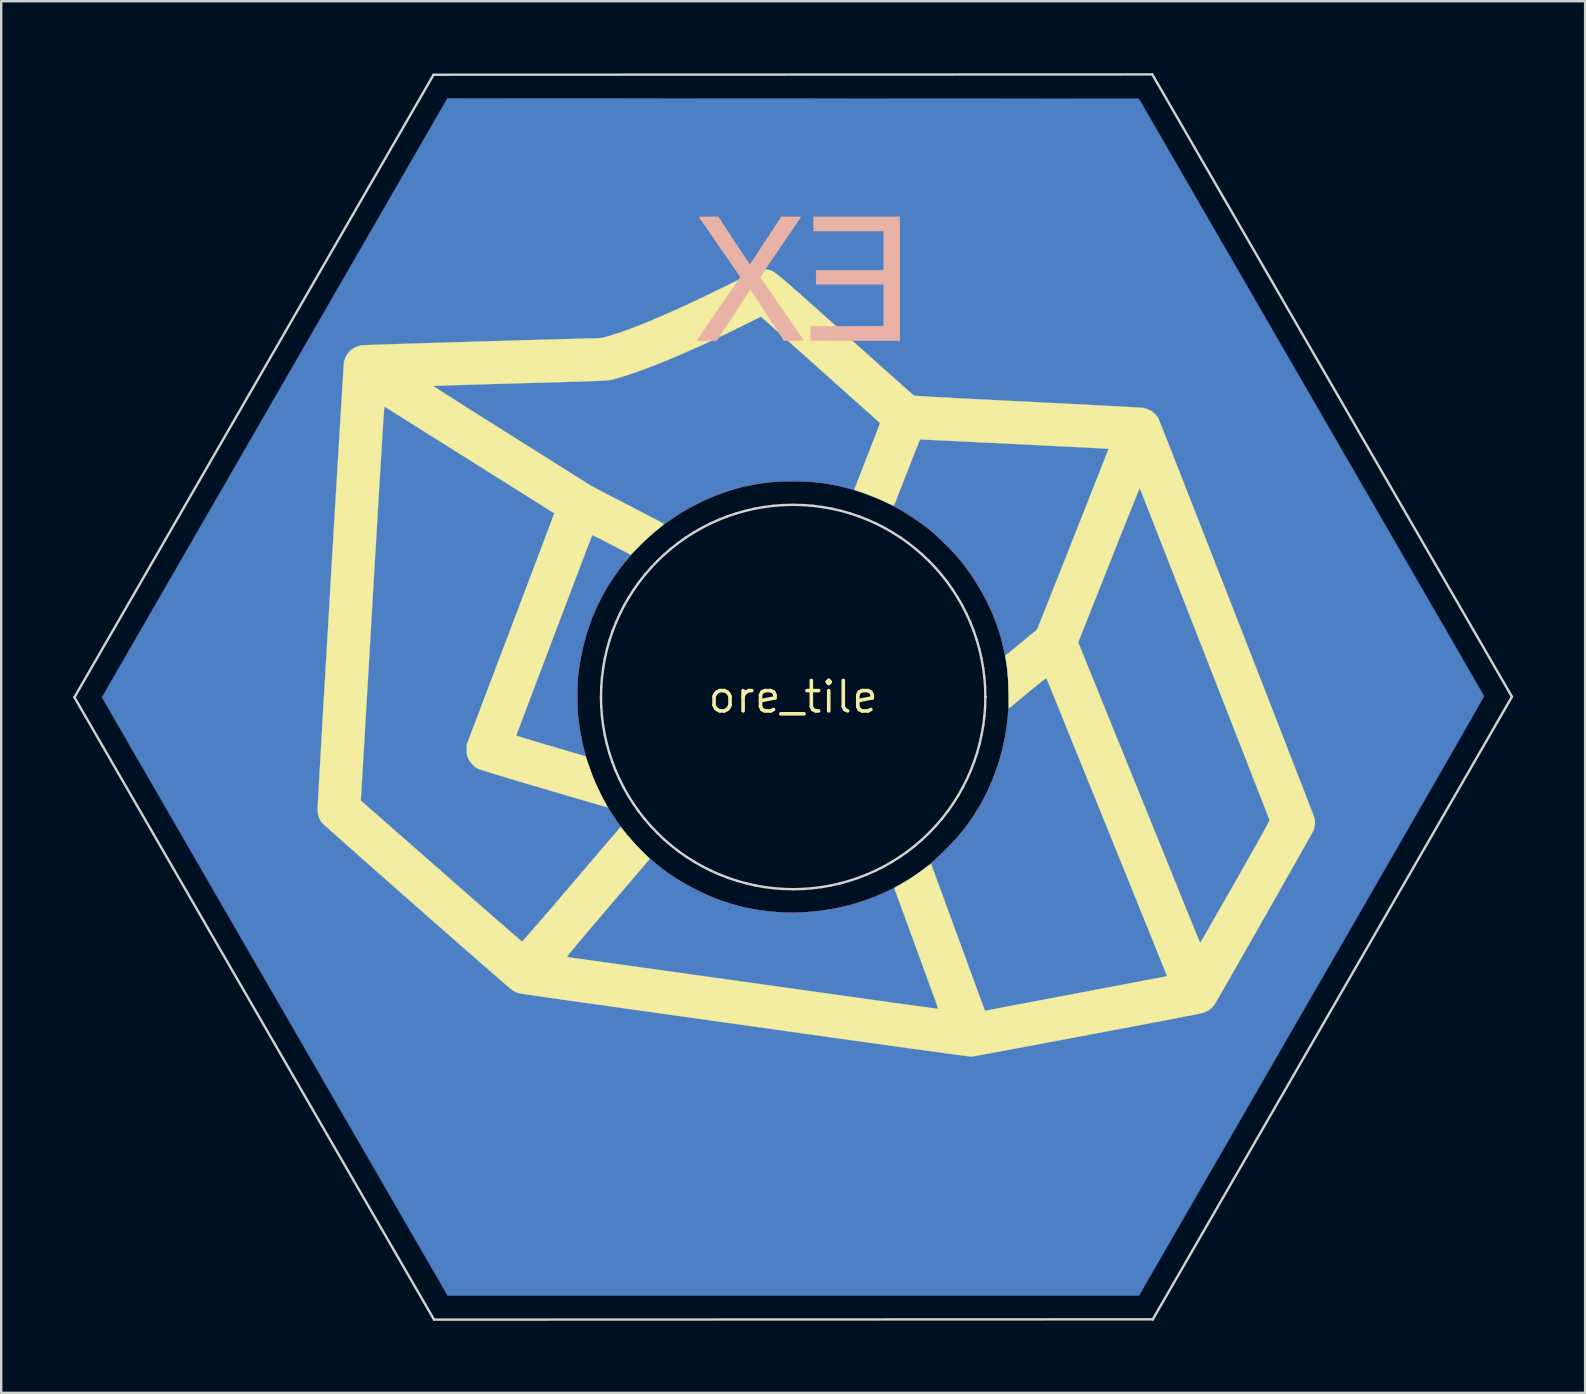
<source format=kicad_pcb>
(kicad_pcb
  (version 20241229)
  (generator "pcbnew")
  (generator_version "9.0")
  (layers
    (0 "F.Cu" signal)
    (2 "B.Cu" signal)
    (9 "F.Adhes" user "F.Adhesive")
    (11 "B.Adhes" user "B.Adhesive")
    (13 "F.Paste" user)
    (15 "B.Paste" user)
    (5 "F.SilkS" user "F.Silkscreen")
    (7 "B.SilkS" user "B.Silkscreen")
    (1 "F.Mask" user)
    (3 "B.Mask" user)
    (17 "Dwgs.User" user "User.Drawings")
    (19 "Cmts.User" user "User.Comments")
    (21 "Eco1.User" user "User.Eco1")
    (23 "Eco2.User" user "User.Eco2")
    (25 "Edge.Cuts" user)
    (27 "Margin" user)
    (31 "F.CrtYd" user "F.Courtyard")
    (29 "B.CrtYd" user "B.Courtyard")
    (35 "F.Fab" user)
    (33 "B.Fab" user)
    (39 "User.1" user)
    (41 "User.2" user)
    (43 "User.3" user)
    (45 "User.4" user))
  (footprint "ore_tile"
    (layer "F.Cu")
    (at 29.99 25.984)
    (property "Reference" "ore_tile" (at 0 0 0) (layer "F.SilkS") (effects (font (size 1.27 1.27) (thickness 0.15))))
    (attr through_hole)
    (fp_poly (pts (xy 5.472 -10.747) (xy 5.515 -10.744) (xy 5.599 -10.74) (xy 5.72 -10.734) (xy 5.876 -10.726) (xy 6.066 -10.717) (xy 6.287 -10.706) (xy 6.536 -10.693) (xy 6.811 -10.679) (xy 7.11 -10.664) (xy 7.431 -10.648) (xy 7.771 -10.631) (xy 8.129 -10.613) (xy 8.501 -10.595) (xy 8.886 -10.575) (xy 9.281 -10.556) (xy 9.424 -10.548) (xy 9.918 -10.524) (xy 10.38 -10.5) (xy 10.809 -10.478) (xy 11.206 -10.457) (xy 11.568 -10.438) (xy 11.896 -10.421) (xy 12.188 -10.405) (xy 12.444 -10.39) (xy 12.662 -10.377) (xy 12.842 -10.366) (xy 12.984 -10.357) (xy 13.085 -10.349) (xy 13.146 -10.344) (xy 13.165 -10.34) (xy 13.157 -10.318) (xy 13.135 -10.259) (xy 13.098 -10.165) (xy 13.048 -10.037) (xy 12.985 -9.877) (xy 12.911 -9.688) (xy 12.825 -9.47) (xy 12.73 -9.227) (xy 12.624 -8.96) (xy 12.51 -8.671) (xy 12.388 -8.361) (xy 12.258 -8.034) (xy 12.122 -7.69) (xy 11.98 -7.332) (xy 11.833 -6.961) (xy 11.682 -6.58) (xy 11.675 -6.562) (xy 10.186 -2.805) (xy 9.526 -2.26) (xy 9.383 -2.141) (xy 9.249 -2.032) (xy 9.129 -1.934) (xy 9.026 -1.85) (xy 8.943 -1.784) (xy 8.885 -1.739) (xy 8.855 -1.716) (xy 8.851 -1.714) (xy 8.841 -1.734) (xy 8.825 -1.788) (xy 8.803 -1.869) (xy 8.779 -1.969) (xy 8.766 -2.026) (xy 8.614 -2.606) (xy 8.422 -3.174) (xy 8.189 -3.73) (xy 7.917 -4.273) (xy 7.605 -4.802) (xy 7.254 -5.316) (xy 6.955 -5.704) (xy 6.852 -5.826) (xy 6.722 -5.968) (xy 6.574 -6.125) (xy 6.413 -6.289) (xy 6.245 -6.454) (xy 6.079 -6.614) (xy 5.919 -6.762) (xy 5.774 -6.891) (xy 5.652 -6.993) (xy 5.485 -7.121) (xy 5.295 -7.259) (xy 5.091 -7.401) (xy 4.885 -7.539) (xy 4.685 -7.667) (xy 4.502 -7.778) (xy 4.41 -7.831) (xy 4.173 -7.962) (xy 4.219 -8.083) (xy 4.235 -8.124) (xy 4.264 -8.2) (xy 4.306 -8.309) (xy 4.36 -8.445) (xy 4.422 -8.607) (xy 4.493 -8.789) (xy 4.571 -8.989) (xy 4.654 -9.201) (xy 4.74 -9.424) (xy 4.763 -9.481) (xy 5.26 -10.757) (xy 5.472 -10.747)) (stroke (width 0.01) (type solid)) (fill yes) (layer "F.Cu"))
    (fp_poly (pts (xy -8.336 -6.758) (xy -8.278 -6.73) (xy -8.193 -6.688) (xy -8.085 -6.633) (xy -7.959 -6.569) (xy -7.819 -6.498) (xy -7.672 -6.422) (xy -7.52 -6.345) (xy -7.371 -6.267) (xy -7.227 -6.193) (xy -7.094 -6.124) (xy -6.978 -6.062) (xy -6.882 -6.012) (xy -6.812 -5.974) (xy -6.772 -5.951) (xy -6.766 -5.947) (xy -6.772 -5.926) (xy -6.801 -5.879) (xy -6.849 -5.814) (xy -6.911 -5.738) (xy -6.916 -5.733) (xy -7.271 -5.285) (xy -7.599 -4.81) (xy -7.896 -4.312) (xy -8.16 -3.796) (xy -8.387 -3.268) (xy -8.577 -2.732) (xy -8.636 -2.536) (xy -8.725 -2.196) (xy -8.806 -1.835) (xy -8.875 -1.467) (xy -8.93 -1.104) (xy -8.97 -0.763) (xy -8.976 -0.688) (xy -8.985 -0.528) (xy -8.991 -0.336) (xy -8.992 -0.124) (xy -8.99 0.1) (xy -8.985 0.326) (xy -8.976 0.543) (xy -8.965 0.743) (xy -8.95 0.913) (xy -8.944 0.974) (xy -8.903 1.262) (xy -8.85 1.568) (xy -8.788 1.875) (xy -8.72 2.17) (xy -8.648 2.438) (xy -8.645 2.45) (xy -8.641 2.485) (xy -8.649 2.495) (xy -8.672 2.489) (xy -8.732 2.471) (xy -8.827 2.444) (xy -8.952 2.407) (xy -9.104 2.362) (xy -9.281 2.31) (xy -9.478 2.252) (xy -9.693 2.188) (xy -9.923 2.12) (xy -10.113 2.064) (xy -10.352 1.993) (xy -10.578 1.926) (xy -10.789 1.863) (xy -10.981 1.805) (xy -11.152 1.754) (xy -11.297 1.71) (xy -11.415 1.675) (xy -11.501 1.648) (xy -11.552 1.632) (xy -11.565 1.627) (xy -11.558 1.607) (xy -11.537 1.549) (xy -11.503 1.455) (xy -11.455 1.327) (xy -11.395 1.167) (xy -11.323 0.976) (xy -11.241 0.756) (xy -11.148 0.51) (xy -11.046 0.239) (xy -10.935 -0.056) (xy -10.816 -0.371) (xy -10.69 -0.707) (xy -10.556 -1.06) (xy -10.417 -1.428) (xy -10.272 -1.811) (xy -10.123 -2.206) (xy -9.982 -2.577) (xy -9.791 -3.083) (xy -9.614 -3.549) (xy -9.451 -3.979) (xy -9.301 -4.372) (xy -9.164 -4.731) (xy -9.04 -5.056) (xy -8.928 -5.348) (xy -8.828 -5.61) (xy -8.739 -5.841) (xy -8.661 -6.043) (xy -8.592 -6.218) (xy -8.534 -6.366) (xy -8.485 -6.489) (xy -8.444 -6.588) (xy -8.412 -6.664) (xy -8.388 -6.719) (xy -8.372 -6.753) (xy -8.362 -6.768) (xy -8.36 -6.768) (xy -8.336 -6.758)) (stroke (width 0.01) (type solid)) (fill yes) (layer "F.Cu"))
    (fp_poly (pts (xy 10.553 -0.805) (xy 10.584 -0.755) (xy 10.602 -0.715) (xy 10.652 -0.597) (xy 10.714 -0.445) (xy 10.788 -0.263) (xy 10.874 -0.052) (xy 10.972 0.186) (xy 11.079 0.449) (xy 11.195 0.736) (xy 11.321 1.044) (xy 11.454 1.373) (xy 11.594 1.719) (xy 11.741 2.082) (xy 11.894 2.46) (xy 12.052 2.85) (xy 12.214 3.251) (xy 12.38 3.661) (xy 12.549 4.079) (xy 12.72 4.502) (xy 12.892 4.928) (xy 13.065 5.357) (xy 13.238 5.786) (xy 13.41 6.213) (xy 13.581 6.637) (xy 13.75 7.055) (xy 13.916 7.467) (xy 14.078 7.869) (xy 14.236 8.261) (xy 14.388 8.641) (xy 14.535 9.006) (xy 14.676 9.355) (xy 14.809 9.687) (xy 14.934 9.999) (xy 15.05 10.289) (xy 15.157 10.556) (xy 15.254 10.798) (xy 15.34 11.013) (xy 15.414 11.2) (xy 15.476 11.356) (xy 15.525 11.48) (xy 15.56 11.57) (xy 15.581 11.624) (xy 15.586 11.641) (xy 15.564 11.646) (xy 15.502 11.659) (xy 15.403 11.679) (xy 15.268 11.706) (xy 15.1 11.739) (xy 14.901 11.778) (xy 14.673 11.822) (xy 14.419 11.871) (xy 14.139 11.925) (xy 13.836 11.983) (xy 13.513 12.045) (xy 13.172 12.11) (xy 12.814 12.178) (xy 12.442 12.249) (xy 12.057 12.322) (xy 11.853 12.36) (xy 11.462 12.434) (xy 11.082 12.506) (xy 10.714 12.576) (xy 10.361 12.643) (xy 10.024 12.707) (xy 9.707 12.767) (xy 9.411 12.823) (xy 9.139 12.875) (xy 8.892 12.922) (xy 8.673 12.963) (xy 8.484 12.999) (xy 8.326 13.029) (xy 8.203 13.053) (xy 8.116 13.07) (xy 8.067 13.079) (xy 8.058 13.081) (xy 8.004 13.089) (xy 7.975 13.081) (xy 7.957 13.053) (xy 7.948 13.028) (xy 7.924 12.966) (xy 7.888 12.868) (xy 7.84 12.737) (xy 7.78 12.575) (xy 7.71 12.385) (xy 7.63 12.168) (xy 7.542 11.926) (xy 7.445 11.663) (xy 7.341 11.379) (xy 7.23 11.078) (xy 7.114 10.761) (xy 6.992 10.431) (xy 6.867 10.09) (xy 6.827 9.98) (xy 5.717 6.953) (xy 5.838 6.849) (xy 5.933 6.763) (xy 6.049 6.653) (xy 6.18 6.527) (xy 6.318 6.39) (xy 6.457 6.251) (xy 6.588 6.116) (xy 6.705 5.992) (xy 6.8 5.887) (xy 6.803 5.884) (xy 7.174 5.432) (xy 7.514 4.952) (xy 7.822 4.447) (xy 8.095 3.92) (xy 8.334 3.371) (xy 8.537 2.803) (xy 8.704 2.218) (xy 8.834 1.618) (xy 8.835 1.609) (xy 8.869 1.407) (xy 8.901 1.174) (xy 8.932 0.921) (xy 8.959 0.66) (xy 8.965 0.589) (xy 8.978 0.448) (xy 9.739 -0.179) (xy 9.895 -0.307) (xy 10.041 -0.426) (xy 10.174 -0.535) (xy 10.29 -0.629) (xy 10.388 -0.708) (xy 10.462 -0.767) (xy 10.51 -0.804) (xy 10.528 -0.817) (xy 10.553 -0.805)) (stroke (width 0.01) (type solid)) (fill yes) (layer "F.Cu"))
    (fp_poly (pts (xy -5.964 6.744) (xy -5.921 6.776) (xy -5.88 6.811) (xy -5.594 7.053) (xy -5.272 7.294) (xy -4.921 7.53) (xy -4.547 7.756) (xy -4.158 7.97) (xy -3.76 8.167) (xy -3.36 8.344) (xy -2.963 8.496) (xy -2.783 8.558) (xy -2.212 8.722) (xy -1.628 8.846) (xy -1.033 8.931) (xy -0.431 8.976) (xy 0.176 8.981) (xy 0.786 8.945) (xy 1.397 8.869) (xy 1.812 8.794) (xy 2.352 8.669) (xy 2.872 8.514) (xy 3.382 8.327) (xy 3.893 8.104) (xy 3.942 8.081) (xy 4.04 8.035) (xy 4.124 7.999) (xy 4.187 7.975) (xy 4.222 7.965) (xy 4.226 7.965) (xy 4.235 7.986) (xy 4.257 8.044) (xy 4.292 8.136) (xy 4.338 8.259) (xy 4.394 8.411) (xy 4.459 8.587) (xy 4.533 8.786) (xy 4.614 9.004) (xy 4.7 9.239) (xy 4.792 9.487) (xy 4.887 9.747) (xy 4.986 10.014) (xy 5.086 10.286) (xy 5.186 10.56) (xy 5.287 10.834) (xy 5.386 11.103) (xy 5.482 11.366) (xy 5.575 11.62) (xy 5.663 11.861) (xy 5.746 12.087) (xy 5.821 12.294) (xy 5.889 12.481) (xy 5.948 12.643) (xy 5.997 12.779) (xy 6.035 12.885) (xy 6.061 12.958) (xy 6.074 12.995) (xy 6.075 12.999) (xy 6.057 13.012) (xy 6.017 13.015) (xy 5.992 13.012) (xy 5.926 13.003) (xy 5.822 12.989) (xy 5.68 12.969) (xy 5.502 12.945) (xy 5.289 12.915) (xy 5.044 12.881) (xy 4.767 12.842) (xy 4.46 12.799) (xy 4.124 12.753) (xy 3.761 12.702) (xy 3.372 12.648) (xy 2.959 12.59) (xy 2.524 12.529) (xy 2.067 12.465) (xy 1.591 12.398) (xy 1.096 12.329) (xy 0.584 12.257) (xy 0.058 12.183) (xy -0.483 12.107) (xy -1.036 12.03) (xy -1.6 11.95) (xy -1.751 11.929) (xy -2.317 11.85) (xy -2.872 11.772) (xy -3.415 11.695) (xy -3.945 11.621) (xy -4.459 11.548) (xy -4.957 11.478) (xy -5.437 11.41) (xy -5.897 11.345) (xy -6.336 11.283) (xy -6.753 11.224) (xy -7.146 11.168) (xy -7.514 11.116) (xy -7.855 11.067) (xy -8.167 11.023) (xy -8.45 10.983) (xy -8.701 10.947) (xy -8.919 10.915) (xy -9.104 10.889) (xy -9.253 10.867) (xy -9.364 10.85) (xy -9.438 10.839) (xy -9.471 10.834) (xy -9.472 10.833) (xy -9.46 10.816) (xy -9.423 10.77) (xy -9.362 10.695) (xy -9.279 10.596) (xy -9.177 10.473) (xy -9.057 10.331) (xy -8.921 10.17) (xy -8.772 9.993) (xy -8.611 9.803) (xy -8.441 9.601) (xy -8.263 9.391) (xy -8.079 9.175) (xy -7.892 8.954) (xy -7.702 8.731) (xy -7.514 8.509) (xy -7.327 8.29) (xy -7.145 8.077) (xy -6.969 7.87) (xy -6.801 7.674) (xy -6.643 7.49) (xy -6.498 7.32) (xy -6.367 7.168) (xy -6.252 7.034) (xy -6.155 6.922) (xy -6.078 6.835) (xy -6.024 6.773) (xy -5.994 6.74) (xy -5.988 6.735) (xy -5.964 6.744)) (stroke (width 0.01) (type solid)) (fill yes) (layer "F.Cu"))
    (fp_poly (pts (xy 1.137 -13.662) (xy 1.414 -13.414) (xy 1.683 -13.174) (xy 1.941 -12.943) (xy 2.187 -12.722) (xy 2.42 -12.513) (xy 2.638 -12.318) (xy 2.838 -12.138) (xy 3.02 -11.975) (xy 3.181 -11.83) (xy 3.321 -11.704) (xy 3.436 -11.6) (xy 3.526 -11.519) (xy 3.588 -11.462) (xy 3.621 -11.431) (xy 3.627 -11.425) (xy 3.622 -11.402) (xy 3.603 -11.342) (xy 3.57 -11.249) (xy 3.526 -11.125) (xy 3.47 -10.975) (xy 3.405 -10.8) (xy 3.331 -10.604) (xy 3.249 -10.39) (xy 3.162 -10.161) (xy 3.069 -9.92) (xy 2.972 -9.67) (xy 2.872 -9.414) (xy 2.77 -9.155) (xy 2.668 -8.896) (xy 2.568 -8.645) (xy 2.543 -8.638) (xy 2.479 -8.648) (xy 2.375 -8.673) (xy 2.343 -8.682) (xy 1.804 -8.813) (xy 1.247 -8.909) (xy 0.677 -8.969) (xy 0.101 -8.993) (xy -0.476 -8.983) (xy -1.049 -8.937) (xy -1.612 -8.855) (xy -2.16 -8.739) (xy -2.421 -8.669) (xy -2.993 -8.483) (xy -3.553 -8.259) (xy -4.098 -7.999) (xy -4.622 -7.704) (xy -5.121 -7.378) (xy -5.185 -7.333) (xy -5.261 -7.278) (xy -5.325 -7.234) (xy -5.367 -7.205) (xy -5.381 -7.197) (xy -5.4 -7.206) (xy -5.454 -7.234) (xy -5.54 -7.278) (xy -5.655 -7.337) (xy -5.797 -7.41) (xy -5.962 -7.496) (xy -6.147 -7.592) (xy -6.351 -7.697) (xy -6.57 -7.811) (xy -6.801 -7.931) (xy -6.911 -7.988) (xy -8.435 -8.779) (xy -11.695 -10.831) (xy -12.105 -11.089) (xy -12.481 -11.326) (xy -12.824 -11.542) (xy -13.136 -11.738) (xy -13.418 -11.915) (xy -13.672 -12.075) (xy -13.898 -12.218) (xy -14.099 -12.345) (xy -14.277 -12.456) (xy -14.431 -12.554) (xy -14.565 -12.639) (xy -14.68 -12.711) (xy -14.776 -12.772) (xy -14.855 -12.823) (xy -14.92 -12.864) (xy -14.971 -12.897) (xy -15.01 -12.923) (xy -15.038 -12.942) (xy -15.058 -12.955) (xy -15.069 -12.964) (xy -15.075 -12.969) (xy -15.075 -12.971) (xy -15.073 -12.971) (xy -15.069 -12.971) (xy -15.064 -12.97) (xy -15.061 -12.971) (xy -15.061 -12.971) (xy -15.038 -12.973) (xy -14.973 -12.977) (xy -14.867 -12.982) (xy -14.72 -12.987) (xy -14.534 -12.994) (xy -14.307 -13.001) (xy -14.042 -13.01) (xy -13.738 -13.019) (xy -13.396 -13.03) (xy -13.017 -13.041) (xy -12.601 -13.053) (xy -12.149 -13.067) (xy -11.661 -13.081) (xy -11.137 -13.096) (xy -10.58 -13.111) (xy -9.988 -13.128) (xy -9.44 -13.143) (xy -9.105 -13.153) (xy -8.81 -13.162) (xy -8.554 -13.17) (xy -8.333 -13.178) (xy -8.147 -13.186) (xy -7.993 -13.193) (xy -7.869 -13.2) (xy -7.774 -13.207) (xy -7.704 -13.214) (xy -7.667 -13.219) (xy -7.549 -13.245) (xy -7.399 -13.283) (xy -7.222 -13.334) (xy -7.027 -13.393) (xy -6.819 -13.46) (xy -6.606 -13.531) (xy -6.424 -13.595) (xy -5.993 -13.756) (xy -5.538 -13.934) (xy -5.057 -14.133) (xy -4.55 -14.351) (xy -4.014 -14.59) (xy -3.447 -14.85) (xy -2.85 -15.133) (xy -2.218 -15.438) (xy -2.091 -15.5) (xy -1.335 -15.871) (xy 1.137 -13.662)) (stroke (width 0.01) (type solid)) (fill yes) (layer "F.Cu"))
    (fp_poly (pts (xy 14.452 -8.739) (xy 14.476 -8.68) (xy 14.514 -8.585) (xy 14.565 -8.455) (xy 14.629 -8.293) (xy 14.705 -8.1) (xy 14.792 -7.878) (xy 14.889 -7.628) (xy 14.997 -7.353) (xy 15.114 -7.054) (xy 15.24 -6.733) (xy 15.373 -6.391) (xy 15.514 -6.03) (xy 15.662 -5.653) (xy 15.815 -5.26) (xy 15.974 -4.853) (xy 16.137 -4.435) (xy 16.304 -4.006) (xy 16.475 -3.569) (xy 16.648 -3.125) (xy 16.823 -2.676) (xy 16.999 -2.223) (xy 17.176 -1.769) (xy 17.353 -1.315) (xy 17.529 -0.863) (xy 17.704 -0.414) (xy 17.877 0.029) (xy 18.046 0.465) (xy 18.213 0.893) (xy 18.375 1.31) (xy 18.533 1.716) (xy 18.685 2.107) (xy 18.831 2.483) (xy 18.97 2.842) (xy 19.102 3.181) (xy 19.226 3.5) (xy 19.341 3.797) (xy 19.447 4.069) (xy 19.542 4.316) (xy 19.627 4.535) (xy 19.7 4.724) (xy 19.761 4.883) (xy 19.81 5.009) (xy 19.845 5.101) (xy 19.865 5.156) (xy 19.871 5.174) (xy 19.86 5.196) (xy 19.829 5.253) (xy 19.78 5.34) (xy 19.715 5.457) (xy 19.635 5.6) (xy 19.54 5.766) (xy 19.434 5.954) (xy 19.317 6.161) (xy 19.191 6.383) (xy 19.056 6.619) (xy 18.916 6.867) (xy 18.77 7.122) (xy 18.621 7.384) (xy 18.471 7.648) (xy 18.319 7.914) (xy 18.168 8.178) (xy 18.02 8.437) (xy 17.876 8.69) (xy 17.737 8.933) (xy 17.604 9.164) (xy 17.48 9.381) (xy 17.365 9.58) (xy 17.262 9.76) (xy 17.171 9.918) (xy 17.094 10.051) (xy 17.032 10.157) (xy 16.987 10.233) (xy 16.961 10.277) (xy 16.954 10.287) (xy 16.945 10.268) (xy 16.921 10.21) (xy 16.882 10.117) (xy 16.829 9.989) (xy 16.763 9.827) (xy 16.683 9.634) (xy 16.592 9.41) (xy 16.488 9.157) (xy 16.374 8.877) (xy 16.249 8.57) (xy 16.114 8.239) (xy 15.97 7.885) (xy 15.817 7.51) (xy 15.656 7.114) (xy 15.488 6.7) (xy 15.312 6.268) (xy 15.131 5.821) (xy 14.943 5.36) (xy 14.751 4.886) (xy 14.554 4.4) (xy 14.402 4.027) (xy 14.202 3.533) (xy 14.006 3.05) (xy 13.815 2.577) (xy 13.63 2.118) (xy 13.45 1.673) (xy 13.276 1.244) (xy 13.11 0.832) (xy 12.952 0.438) (xy 12.802 0.066) (xy 12.66 -0.286) (xy 12.529 -0.613) (xy 12.407 -0.917) (xy 12.297 -1.193) (xy 12.197 -1.443) (xy 12.109 -1.663) (xy 12.034 -1.852) (xy 11.972 -2.009) (xy 11.924 -2.132) (xy 11.89 -2.221) (xy 11.871 -2.272) (xy 11.867 -2.286) (xy 11.875 -2.31) (xy 11.898 -2.37) (xy 11.934 -2.465) (xy 11.982 -2.591) (xy 12.043 -2.747) (xy 12.114 -2.929) (xy 12.195 -3.136) (xy 12.284 -3.364) (xy 12.381 -3.611) (xy 12.484 -3.874) (xy 12.593 -4.152) (xy 12.707 -4.441) (xy 12.825 -4.739) (xy 12.945 -5.043) (xy 13.067 -5.352) (xy 13.189 -5.662) (xy 13.311 -5.97) (xy 13.432 -6.275) (xy 13.55 -6.574) (xy 13.665 -6.864) (xy 13.776 -7.143) (xy 13.881 -7.408) (xy 13.98 -7.657) (xy 14.072 -7.887) (xy 14.155 -8.096) (xy 14.229 -8.281) (xy 14.293 -8.439) (xy 14.345 -8.569) (xy 14.385 -8.667) (xy 14.412 -8.731) (xy 14.424 -8.759) (xy 14.425 -8.759) (xy 14.442 -8.761) (xy 14.452 -8.739)) (stroke (width 0.01) (type solid)) (fill yes) (layer "F.Cu"))
    (fp_poly (pts (xy -17.039 -12.129) (xy -16.988 -12.1) (xy -16.911 -12.054) (xy -16.811 -11.994) (xy -16.694 -11.921) (xy -16.563 -11.84) (xy -16.52 -11.813) (xy -16.444 -11.765) (xy -16.334 -11.695) (xy -16.192 -11.606) (xy -16.022 -11.499) (xy -15.825 -11.375) (xy -15.604 -11.236) (xy -15.36 -11.083) (xy -15.098 -10.917) (xy -14.817 -10.741) (xy -14.522 -10.556) (xy -14.214 -10.362) (xy -13.896 -10.162) (xy -13.57 -9.956) (xy -13.238 -9.748) (xy -12.986 -9.589) (xy -12.66 -9.384) (xy -12.344 -9.185) (xy -12.039 -8.993) (xy -11.747 -8.809) (xy -11.47 -8.635) (xy -11.211 -8.471) (xy -10.97 -8.319) (xy -10.751 -8.181) (xy -10.553 -8.056) (xy -10.381 -7.947) (xy -10.234 -7.854) (xy -10.117 -7.779) (xy -10.029 -7.723) (xy -9.973 -7.687) (xy -9.951 -7.672) (xy -9.951 -7.672) (xy -9.95 -7.664) (xy -9.953 -7.646) (xy -9.96 -7.615) (xy -9.974 -7.571) (xy -9.993 -7.513) (xy -10.018 -7.439) (xy -10.05 -7.347) (xy -10.09 -7.236) (xy -10.137 -7.105) (xy -10.193 -6.953) (xy -10.258 -6.777) (xy -10.332 -6.578) (xy -10.416 -6.353) (xy -10.51 -6.1) (xy -10.616 -5.82) (xy -10.733 -5.509) (xy -10.861 -5.168) (xy -11.003 -4.794) (xy -11.157 -4.386) (xy -11.324 -3.942) (xy -11.506 -3.463) (xy -11.702 -2.945) (xy -11.732 -2.865) (xy -11.896 -2.431) (xy -12.057 -2.008) (xy -12.212 -1.596) (xy -12.363 -1.198) (xy -12.508 -0.814) (xy -12.646 -0.448) (xy -12.778 -0.1) (xy -12.901 0.228) (xy -13.016 0.533) (xy -13.122 0.815) (xy -13.219 1.071) (xy -13.305 1.299) (xy -13.38 1.499) (xy -13.443 1.668) (xy -13.494 1.804) (xy -13.532 1.906) (xy -13.556 1.972) (xy -13.566 2) (xy -13.566 2) (xy -13.59 2.166) (xy -13.577 2.336) (xy -13.529 2.503) (xy -13.452 2.659) (xy -13.347 2.798) (xy -13.218 2.913) (xy -13.092 2.986) (xy -13.06 2.997) (xy -12.991 3.019) (xy -12.887 3.051) (xy -12.75 3.093) (xy -12.583 3.144) (xy -12.389 3.202) (xy -12.17 3.268) (xy -11.93 3.34) (xy -11.67 3.417) (xy -11.394 3.499) (xy -11.103 3.585) (xy -10.802 3.674) (xy -10.7 3.704) (xy -10.389 3.796) (xy -10.086 3.885) (xy -9.791 3.972) (xy -9.509 4.055) (xy -9.242 4.134) (xy -8.995 4.207) (xy -8.768 4.274) (xy -8.567 4.333) (xy -8.393 4.384) (xy -8.25 4.426) (xy -8.141 4.459) (xy -8.069 4.48) (xy -8.06 4.482) (xy -7.727 4.581) (xy -7.617 4.762) (xy -7.561 4.852) (xy -7.489 4.962) (xy -7.412 5.078) (xy -7.339 5.183) (xy -7.171 5.423) (xy -7.21 5.475) (xy -7.232 5.501) (xy -7.279 5.557) (xy -7.349 5.64) (xy -7.441 5.748) (xy -7.552 5.879) (xy -7.68 6.031) (xy -7.825 6.201) (xy -7.984 6.387) (xy -8.155 6.588) (xy -8.336 6.8) (xy -8.525 7.022) (xy -8.721 7.252) (xy -8.922 7.488) (xy -9.126 7.727) (xy -9.331 7.967) (xy -9.535 8.206) (xy -9.737 8.441) (xy -9.934 8.672) (xy -10.125 8.895) (xy -10.307 9.109) (xy -10.48 9.31) (xy -10.641 9.498) (xy -10.788 9.67) (xy -10.919 9.823) (xy -11.033 9.956) (xy -11.128 10.066) (xy -11.202 10.151) (xy -11.253 10.21) (xy -11.279 10.239) (xy -11.282 10.242) (xy -11.299 10.229) (xy -11.345 10.19) (xy -11.417 10.13) (xy -11.51 10.049) (xy -11.621 9.953) (xy -11.748 9.842) (xy -11.886 9.721) (xy -11.971 9.646) (xy -12.064 9.565) (xy -12.185 9.458) (xy -12.335 9.327) (xy -12.509 9.174) (xy -12.706 9.001) (xy -12.923 8.81) (xy -13.159 8.603) (xy -13.411 8.382) (xy -13.677 8.149) (xy -13.954 7.906) (xy -14.241 7.654) (xy -14.534 7.397) (xy -14.833 7.135) (xy -15.134 6.871) (xy -15.316 6.712) (xy -15.605 6.458) (xy -15.885 6.212) (xy -16.156 5.975) (xy -16.415 5.748) (xy -16.66 5.533) (xy -16.89 5.331) (xy -17.104 5.144) (xy -17.299 4.973) (xy -17.474 4.82) (xy -17.627 4.685) (xy -17.756 4.572) (xy -17.861 4.48) (xy -17.938 4.412) (xy -17.987 4.369) (xy -18.006 4.352) (xy -18.007 4.352) (xy -18.008 4.341) (xy -18.009 4.312) (xy -18.008 4.265) (xy -18.006 4.197) (xy -18.003 4.108) (xy -17.998 3.998) (xy -17.992 3.864) (xy -17.984 3.707) (xy -17.975 3.524) (xy -17.964 3.316) (xy -17.952 3.081) (xy -17.937 2.818) (xy -17.921 2.525) (xy -17.903 2.203) (xy -17.883 1.851) (xy -17.861 1.466) (xy -17.838 1.048) (xy -17.812 0.596) (xy -17.784 0.11) (xy -17.753 -0.412) (xy -17.721 -0.972) (xy -17.686 -1.569) (xy -17.649 -2.205) (xy -17.61 -2.881) (xy -17.568 -3.597) (xy -17.55 -3.9) (xy -17.516 -4.487) (xy -17.482 -5.063) (xy -17.449 -5.628) (xy -17.416 -6.178) (xy -17.385 -6.714) (xy -17.354 -7.233) (xy -17.324 -7.734) (xy -17.296 -8.216) (xy -17.269 -8.677) (xy -17.243 -9.115) (xy -17.218 -9.53) (xy -17.195 -9.92) (xy -17.173 -10.283) (xy -17.153 -10.618) (xy -17.134 -10.924) (xy -17.118 -11.199) (xy -17.103 -11.441) (xy -17.09 -11.65) (xy -17.08 -11.823) (xy -17.071 -11.96) (xy -17.065 -12.059) (xy -17.06 -12.119) (xy -17.059 -12.137) (xy -17.039 -12.129)) (stroke (width 0.01) (type solid)) (fill yes) (layer "F.Cu"))
    (fp_poly (pts (xy -0.003 -24.929) (xy 14.4 -24.924) (xy 17.831 -18.986) (xy 18.132 -18.467) (xy 18.451 -17.914) (xy 18.788 -17.331) (xy 19.14 -16.723) (xy 19.505 -16.092) (xy 19.88 -15.441) (xy 20.265 -14.775) (xy 20.657 -14.097) (xy 21.054 -13.411) (xy 21.454 -12.719) (xy 21.854 -12.026) (xy 22.254 -11.335) (xy 22.65 -10.649) (xy 23.041 -9.973) (xy 23.425 -9.308) (xy 23.8 -8.66) (xy 24.163 -8.032) (xy 24.513 -7.426) (xy 24.848 -6.847) (xy 25.014 -6.56) (xy 25.294 -6.074) (xy 25.57 -5.597) (xy 25.839 -5.131) (xy 26.101 -4.677) (xy 26.356 -4.237) (xy 26.602 -3.81) (xy 26.839 -3.4) (xy 27.066 -3.007) (xy 27.282 -2.632) (xy 27.487 -2.277) (xy 27.68 -1.943) (xy 27.86 -1.631) (xy 28.026 -1.343) (xy 28.177 -1.08) (xy 28.314 -0.844) (xy 28.434 -0.635) (xy 28.537 -0.455) (xy 28.623 -0.306) (xy 28.691 -0.188) (xy 28.74 -0.103) (xy 28.769 -0.052) (xy 28.777 -0.036) (xy 28.768 -0.016) (xy 28.737 0.041) (xy 28.685 0.135) (xy 28.613 0.264) (xy 28.52 0.429) (xy 28.406 0.629) (xy 28.272 0.864) (xy 28.118 1.134) (xy 27.944 1.439) (xy 27.75 1.779) (xy 27.536 2.152) (xy 27.302 2.56) (xy 27.049 3.001) (xy 26.776 3.475) (xy 26.485 3.983) (xy 26.174 4.524) (xy 25.844 5.097) (xy 25.495 5.703) (xy 25.128 6.341) (xy 24.742 7.011) (xy 24.338 7.713) (xy 23.916 8.446) (xy 23.475 9.21) (xy 23.017 10.006) (xy 22.541 10.832) (xy 22.047 11.688) (xy 21.598 12.466) (xy 14.407 24.934) (xy -14.392 24.934) (xy -14.422 24.887) (xy -14.435 24.866) (xy -14.467 24.809) (xy -14.52 24.718) (xy -14.592 24.594) (xy -14.682 24.438) (xy -14.79 24.251) (xy -14.916 24.034) (xy -15.057 23.789) (xy -15.215 23.517) (xy -15.388 23.218) (xy -15.575 22.894) (xy -15.776 22.546) (xy -15.991 22.175) (xy -16.217 21.782) (xy -16.456 21.37) (xy -16.706 20.937) (xy -16.966 20.487) (xy -17.236 20.02) (xy -17.515 19.536) (xy -17.803 19.038) (xy -18.099 18.527) (xy -18.402 18.003) (xy -18.711 17.468) (xy -19.026 16.923) (xy -19.346 16.369) (xy -19.671 15.807) (xy -19.999 15.238) (xy -20.331 14.665) (xy -20.665 14.086) (xy -21.001 13.505) (xy -21.338 12.922) (xy -21.675 12.337) (xy -22.013 11.754) (xy -22.349 11.171) (xy -22.684 10.591) (xy -23.017 10.015) (xy -23.347 9.444) (xy -23.673 8.88) (xy -23.995 8.322) (xy -24.313 7.773) (xy -24.624 7.233) (xy -24.93 6.704) (xy -25.229 6.187) (xy -25.52 5.683) (xy -25.803 5.193) (xy -26.077 4.719) (xy -26.341 4.261) (xy -26.596 3.82) (xy -26.839 3.399) (xy -27.071 2.997) (xy -27.291 2.617) (xy -27.498 2.259) (xy -27.691 1.924) (xy -27.87 1.614) (xy -28.034 1.329) (xy -28.183 1.072) (xy -28.315 0.843) (xy -28.431 0.642) (xy -28.529 0.473) (xy -28.609 0.334) (xy -28.67 0.229) (xy -28.711 0.157) (xy -28.732 0.12) (xy -28.735 0.116) (xy -28.794 0.009) (xy -28.757 -0.054) (xy -8.991 -0.054) (xy -8.991 0.171) (xy -8.986 0.386) (xy -8.978 0.582) (xy -8.966 0.75) (xy -8.965 0.762) (xy -8.887 1.366) (xy -8.771 1.96) (xy -8.617 2.542) (xy -8.426 3.111) (xy -8.2 3.664) (xy -7.94 4.2) (xy -7.647 4.716) (xy -7.322 5.211) (xy -6.968 5.682) (xy -6.584 6.128) (xy -6.172 6.547) (xy -5.734 6.936) (xy -5.27 7.294) (xy -4.781 7.618) (xy -4.699 7.668) (xy -4.177 7.962) (xy -3.659 8.216) (xy -3.141 8.432) (xy -2.617 8.611) (xy -2.084 8.754) (xy -1.536 8.863) (xy -0.969 8.938) (xy -0.379 8.982) (xy -0.116 8.991) (xy -0.045 8.991) (xy 0.058 8.989) (xy 0.182 8.985) (xy 0.316 8.979) (xy 0.413 8.974) (xy 1.044 8.92) (xy 1.658 8.827) (xy 2.256 8.696) (xy 2.841 8.526) (xy 3.413 8.316) (xy 3.975 8.066) (xy 4.085 8.012) (xy 4.516 7.782) (xy 4.919 7.538) (xy 5.301 7.273) (xy 5.672 6.983) (xy 6.038 6.66) (xy 6.252 6.456) (xy 6.504 6.204) (xy 6.726 5.968) (xy 6.925 5.742) (xy 7.108 5.519) (xy 7.186 5.418) (xy 7.528 4.934) (xy 7.834 4.427) (xy 8.106 3.9) (xy 8.342 3.356) (xy 8.542 2.797) (xy 8.705 2.225) (xy 8.831 1.642) (xy 8.919 1.051) (xy 8.97 0.455) (xy 8.982 -0.145) (xy 8.956 -0.745) (xy 8.89 -1.345) (xy 8.784 -1.94) (xy 8.657 -2.463) (xy 8.489 -2.997) (xy 8.28 -3.529) (xy 8.032 -4.054) (xy 7.747 -4.569) (xy 7.426 -5.071) (xy 7.072 -5.557) (xy 6.955 -5.704) (xy 6.852 -5.825) (xy 6.723 -5.967) (xy 6.575 -6.123) (xy 6.415 -6.287) (xy 6.248 -6.452) (xy 6.081 -6.612) (xy 5.922 -6.76) (xy 5.776 -6.89) (xy 5.652 -6.993) (xy 5.151 -7.366) (xy 4.629 -7.703) (xy 4.086 -8.004) (xy 3.524 -8.267) (xy 2.946 -8.492) (xy 2.354 -8.677) (xy 2.106 -8.742) (xy 1.785 -8.816) (xy 1.481 -8.875) (xy 1.185 -8.92) (xy 0.885 -8.952) (xy 0.572 -8.972) (xy 0.235 -8.982) (xy -0.011 -8.983) (xy -0.292 -8.981) (xy -0.541 -8.975) (xy -0.765 -8.964) (xy -0.974 -8.947) (xy -1.176 -8.925) (xy -1.382 -8.897) (xy -1.559 -8.868) (xy -2.136 -8.747) (xy -2.704 -8.586) (xy -3.26 -8.386) (xy -3.803 -8.149) (xy -4.33 -7.876) (xy -4.839 -7.568) (xy -5.329 -7.228) (xy -5.797 -6.857) (xy -6.242 -6.455) (xy -6.66 -6.025) (xy -7.052 -5.569) (xy -7.413 -5.086) (xy -7.743 -4.579) (xy -7.941 -4.235) (xy -8.192 -3.733) (xy -8.411 -3.208) (xy -8.598 -2.658) (xy -8.752 -2.083) (xy -8.876 -1.481) (xy -8.945 -1.032) (xy -8.961 -0.886) (xy -8.973 -0.706) (xy -8.983 -0.502) (xy -8.989 -0.282) (xy -8.991 -0.054) (xy -28.757 -0.054) (xy -21.6 -12.463) (xy -14.406 -24.934) (xy -0.003 -24.929)) (stroke (width 0.01) (type solid)) (fill yes) (layer "B.Cu"))
    (fp_poly (pts (xy -1.181 -17.812) (xy -1.127 -17.807) (xy -1.074 -17.799) (xy -1.036 -17.793) (xy -1 -17.787) (xy -0.965 -17.779) (xy -0.929 -17.768) (xy -0.891 -17.752) (xy -0.848 -17.73) (xy -0.8 -17.7) (xy -0.744 -17.662) (xy -0.678 -17.613) (xy -0.601 -17.553) (xy -0.511 -17.48) (xy -0.406 -17.392) (xy -0.285 -17.288) (xy -0.146 -17.166) (xy 0.014 -17.026) (xy 0.195 -16.866) (xy 0.4 -16.683) (xy 0.63 -16.478) (xy 0.888 -16.249) (xy 1.174 -15.993) (xy 1.356 -15.83) (xy 1.662 -15.557) (xy 1.964 -15.287) (xy 2.262 -15.02) (xy 2.554 -14.759) (xy 2.839 -14.505) (xy 3.113 -14.26) (xy 3.376 -14.025) (xy 3.626 -13.802) (xy 3.861 -13.592) (xy 4.079 -13.398) (xy 4.279 -13.219) (xy 4.458 -13.059) (xy 4.616 -12.918) (xy 4.75 -12.799) (xy 4.858 -12.702) (xy 4.939 -12.63) (xy 4.992 -12.584) (xy 5.006 -12.571) (xy 5.013 -12.567) (xy 5.027 -12.562) (xy 5.048 -12.558) (xy 5.079 -12.553) (xy 5.121 -12.548) (xy 5.176 -12.543) (xy 5.245 -12.537) (xy 5.329 -12.531) (xy 5.432 -12.524) (xy 5.553 -12.516) (xy 5.695 -12.508) (xy 5.86 -12.498) (xy 6.049 -12.488) (xy 6.263 -12.476) (xy 6.505 -12.463) (xy 6.776 -12.449) (xy 7.077 -12.434) (xy 7.411 -12.417) (xy 7.778 -12.398) (xy 8.181 -12.378) (xy 8.62 -12.356) (xy 9.099 -12.332) (xy 9.618 -12.306) (xy 9.726 -12.3) (xy 10.17 -12.278) (xy 10.604 -12.256) (xy 11.026 -12.235) (xy 11.433 -12.214) (xy 11.825 -12.194) (xy 12.199 -12.175) (xy 12.553 -12.156) (xy 12.884 -12.139) (xy 13.192 -12.123) (xy 13.474 -12.108) (xy 13.728 -12.094) (xy 13.952 -12.082) (xy 14.144 -12.071) (xy 14.303 -12.062) (xy 14.425 -12.054) (xy 14.51 -12.049) (xy 14.554 -12.045) (xy 14.558 -12.045) (xy 14.739 -12) (xy 14.905 -11.921) (xy 15.05 -11.812) (xy 15.167 -11.678) (xy 15.203 -11.62) (xy 15.215 -11.593) (xy 15.242 -11.528) (xy 15.283 -11.426) (xy 15.337 -11.29) (xy 15.405 -11.121) (xy 15.484 -10.92) (xy 15.575 -10.69) (xy 15.677 -10.431) (xy 15.79 -10.145) (xy 15.912 -9.834) (xy 16.044 -9.5) (xy 16.184 -9.143) (xy 16.331 -8.766) (xy 16.487 -8.371) (xy 16.648 -7.958) (xy 16.816 -7.529) (xy 16.99 -7.086) (xy 17.168 -6.631) (xy 17.35 -6.165) (xy 17.536 -5.689) (xy 17.725 -5.206) (xy 17.917 -4.717) (xy 18.11 -4.223) (xy 18.304 -3.726) (xy 18.499 -3.227) (xy 18.693 -2.729) (xy 18.887 -2.232) (xy 19.08 -1.739) (xy 19.27 -1.251) (xy 19.458 -0.769) (xy 19.643 -0.295) (xy 19.824 0.169) (xy 20 0.622) (xy 20.171 1.062) (xy 20.337 1.487) (xy 20.497 1.897) (xy 20.649 2.289) (xy 20.794 2.662) (xy 20.931 3.014) (xy 21.059 3.344) (xy 21.178 3.65) (xy 21.286 3.931) (xy 21.384 4.184) (xy 21.471 4.409) (xy 21.546 4.604) (xy 21.608 4.767) (xy 21.658 4.896) (xy 21.693 4.99) (xy 21.714 5.048) (xy 21.721 5.067) (xy 21.734 5.206) (xy 21.723 5.359) (xy 21.688 5.508) (xy 21.669 5.562) (xy 21.654 5.59) (xy 21.62 5.654) (xy 21.567 5.749) (xy 21.497 5.875) (xy 21.41 6.029) (xy 21.309 6.209) (xy 21.195 6.412) (xy 21.068 6.637) (xy 20.93 6.881) (xy 20.783 7.142) (xy 20.627 7.418) (xy 20.463 7.706) (xy 20.294 8.005) (xy 20.12 8.312) (xy 19.942 8.626) (xy 19.762 8.943) (xy 19.58 9.262) (xy 19.399 9.58) (xy 19.22 9.896) (xy 19.043 10.207) (xy 18.87 10.511) (xy 18.702 10.805) (xy 18.54 11.089) (xy 18.387 11.358) (xy 18.242 11.612) (xy 18.107 11.847) (xy 17.983 12.063) (xy 17.873 12.256) (xy 17.776 12.424) (xy 17.694 12.566) (xy 17.628 12.679) (xy 17.581 12.76) (xy 17.552 12.808) (xy 17.545 12.818) (xy 17.426 12.956) (xy 17.276 13.066) (xy 17.096 13.146) (xy 16.994 13.176) (xy 16.95 13.185) (xy 16.867 13.202) (xy 16.748 13.226) (xy 16.595 13.255) (xy 16.41 13.291) (xy 16.196 13.333) (xy 15.955 13.379) (xy 15.689 13.43) (xy 15.4 13.485) (xy 15.092 13.544) (xy 14.765 13.606) (xy 14.423 13.671) (xy 14.067 13.738) (xy 13.7 13.808) (xy 13.325 13.879) (xy 12.942 13.951) (xy 12.556 14.024) (xy 12.168 14.097) (xy 11.779 14.17) (xy 11.394 14.243) (xy 11.013 14.314) (xy 10.64 14.385) (xy 10.276 14.453) (xy 9.923 14.519) (xy 9.585 14.582) (xy 9.263 14.642) (xy 8.96 14.699) (xy 8.677 14.752) (xy 8.418 14.8) (xy 8.184 14.843) (xy 7.977 14.881) (xy 7.801 14.913) (xy 7.657 14.939) (xy 7.547 14.959) (xy 7.475 14.971) (xy 7.441 14.976) (xy 7.44 14.977) (xy 7.407 14.975) (xy 7.336 14.967) (xy 7.227 14.954) (xy 7.078 14.935) (xy 6.891 14.911) (xy 6.665 14.881) (xy 6.399 14.846) (xy 6.095 14.804) (xy 5.75 14.757) (xy 5.365 14.704) (xy 4.941 14.646) (xy 4.476 14.582) (xy 3.97 14.511) (xy 3.424 14.435) (xy 2.837 14.353) (xy 2.208 14.265) (xy 1.539 14.172) (xy 0.828 14.072) (xy 0.328 14.002) (xy -0.239 13.922) (xy -0.809 13.842) (xy -1.38 13.761) (xy -1.949 13.681) (xy -2.514 13.602) (xy -3.072 13.524) (xy -3.622 13.446) (xy -4.161 13.371) (xy -4.687 13.297) (xy -5.197 13.225) (xy -5.689 13.156) (xy -6.161 13.09) (xy -6.61 13.026) (xy -7.035 12.967) (xy -7.433 12.911) (xy -7.801 12.859) (xy -8.137 12.812) (xy -8.439 12.77) (xy -8.705 12.732) (xy -8.932 12.7) (xy -9.012 12.689) (xy -9.325 12.645) (xy -9.627 12.602) (xy -9.917 12.561) (xy -10.19 12.522) (xy -10.445 12.485) (xy -10.678 12.451) (xy -10.886 12.42) (xy -11.068 12.393) (xy -11.219 12.37) (xy -11.338 12.352) (xy -11.421 12.338) (xy -11.465 12.329) (xy -11.47 12.328) (xy -11.543 12.299) (xy -11.629 12.255) (xy -11.698 12.212) (xy -11.729 12.187) (xy -11.79 12.137) (xy -11.879 12.061) (xy -11.995 11.962) (xy -12.135 11.841) (xy -12.298 11.699) (xy -12.482 11.539) (xy -12.686 11.361) (xy -12.909 11.168) (xy -13.147 10.959) (xy -13.4 10.738) (xy -13.666 10.505) (xy -13.943 10.262) (xy -14.23 10.011) (xy -14.525 9.752) (xy -14.826 9.488) (xy -15.132 9.219) (xy -15.44 8.948) (xy -15.75 8.675) (xy -16.06 8.403) (xy -16.367 8.132) (xy -16.671 7.865) (xy -16.969 7.602) (xy -17.26 7.345) (xy -17.542 7.096) (xy -17.813 6.856) (xy -18.073 6.627) (xy -18.318 6.409) (xy -18.549 6.205) (xy -18.762 6.016) (xy -18.956 5.843) (xy -19.129 5.689) (xy -19.281 5.553) (xy -19.408 5.439) (xy -19.51 5.346) (xy -19.585 5.278) (xy -19.631 5.235) (xy -19.645 5.22) (xy -19.729 5.078) (xy -19.785 4.915) (xy -19.811 4.744) (xy -19.812 4.704) (xy -19.811 4.667) (xy -19.807 4.588) (xy -19.801 4.472) (xy -19.793 4.318) (xy -19.792 4.308) (xy -18.018 4.308) (xy -17.534 4.733) (xy -17.466 4.792) (xy -17.368 4.878) (xy -17.243 4.988) (xy -17.091 5.121) (xy -16.916 5.274) (xy -16.719 5.448) (xy -16.501 5.638) (xy -16.266 5.845) (xy -16.014 6.066) (xy -15.748 6.299) (xy -15.47 6.543) (xy -15.182 6.796) (xy -14.886 7.056) (xy -14.583 7.321) (xy -14.276 7.591) (xy -14.184 7.672) (xy -13.884 7.935) (xy -13.592 8.19) (xy -13.311 8.437) (xy -13.041 8.673) (xy -12.785 8.897) (xy -12.543 9.108) (xy -12.318 9.304) (xy -12.11 9.485) (xy -11.923 9.648) (xy -11.756 9.793) (xy -11.613 9.917) (xy -11.493 10.02) (xy -11.4 10.099) (xy -11.335 10.155) (xy -11.298 10.184) (xy -11.291 10.189) (xy -11.275 10.174) (xy -11.233 10.128) (xy -11.166 10.053) (xy -11.076 9.951) (xy -10.965 9.825) (xy -10.835 9.674) (xy -10.686 9.503) (xy -10.52 9.311) (xy -10.339 9.101) (xy -10.145 8.875) (xy -9.938 8.635) (xy -9.721 8.381) (xy -9.495 8.117) (xy -9.261 7.843) (xy -9.226 7.802) (xy -7.186 5.413) (xy -7.119 5.495) (xy -6.96 5.69) (xy -6.819 5.857) (xy -6.692 6.004) (xy -6.572 6.137) (xy -6.453 6.263) (xy -6.33 6.389) (xy -6.294 6.424) (xy -5.974 6.742) (xy -7.717 8.785) (xy -7.976 9.088) (xy -8.209 9.362) (xy -8.417 9.606) (xy -8.601 9.823) (xy -8.762 10.013) (xy -8.902 10.179) (xy -9.023 10.323) (xy -9.124 10.445) (xy -9.208 10.547) (xy -9.276 10.63) (xy -9.329 10.697) (xy -9.368 10.749) (xy -9.395 10.787) (xy -9.411 10.812) (xy -9.416 10.827) (xy -9.414 10.833) (xy -9.413 10.833) (xy -9.387 10.837) (xy -9.322 10.846) (xy -9.219 10.86) (xy -9.08 10.88) (xy -8.908 10.904) (xy -8.705 10.932) (xy -8.473 10.965) (xy -8.213 11.001) (xy -7.929 11.041) (xy -7.621 11.084) (xy -7.293 11.13) (xy -6.947 11.178) (xy -6.584 11.229) (xy -6.207 11.282) (xy -5.817 11.336) (xy -5.588 11.368) (xy -5.163 11.428) (xy -4.732 11.488) (xy -4.297 11.549) (xy -3.863 11.61) (xy -3.433 11.67) (xy -3.011 11.729) (xy -2.6 11.787) (xy -2.203 11.842) (xy -1.824 11.895) (xy -1.467 11.945) (xy -1.135 11.992) (xy -0.831 12.034) (xy -0.56 12.072) (xy -0.324 12.105) (xy -0.159 12.128) (xy 0.107 12.166) (xy 0.409 12.208) (xy 0.74 12.255) (xy 1.095 12.304) (xy 1.468 12.357) (xy 1.853 12.411) (xy 2.243 12.465) (xy 2.633 12.52) (xy 3.016 12.574) (xy 3.386 12.626) (xy 3.738 12.675) (xy 3.765 12.679) (xy 4.07 12.722) (xy 4.363 12.763) (xy 4.642 12.801) (xy 4.903 12.837) (xy 5.144 12.871) (xy 5.363 12.901) (xy 5.556 12.927) (xy 5.721 12.949) (xy 5.855 12.967) (xy 5.955 12.98) (xy 6.02 12.988) (xy 6.045 12.991) (xy 6.045 12.991) (xy 6.039 12.97) (xy 6.019 12.913) (xy 5.986 12.82) (xy 5.941 12.695) (xy 5.885 12.539) (xy 5.818 12.356) (xy 5.743 12.147) (xy 5.658 11.915) (xy 5.566 11.662) (xy 5.467 11.391) (xy 5.362 11.104) (xy 5.252 10.804) (xy 5.138 10.492) (xy 5.132 10.476) (xy 5.018 10.164) (xy 4.907 9.863) (xy 4.802 9.575) (xy 4.702 9.303) (xy 4.609 9.049) (xy 4.524 8.816) (xy 4.447 8.605) (xy 4.38 8.42) (xy 4.322 8.263) (xy 4.276 8.136) (xy 4.242 8.041) (xy 4.221 7.981) (xy 4.213 7.959) (xy 4.213 7.959) (xy 4.231 7.945) (xy 4.279 7.915) (xy 4.35 7.873) (xy 4.438 7.823) (xy 4.461 7.811) (xy 4.83 7.59) (xy 5.205 7.34) (xy 5.466 7.149) (xy 5.557 7.081) (xy 5.636 7.024) (xy 5.697 6.983) (xy 5.734 6.961) (xy 5.743 6.96) (xy 5.751 6.981) (xy 5.773 7.04) (xy 5.808 7.134) (xy 5.855 7.261) (xy 5.913 7.42) (xy 5.982 7.607) (xy 6.061 7.822) (xy 6.148 8.061) (xy 6.244 8.322) (xy 6.348 8.604) (xy 6.458 8.904) (xy 6.574 9.219) (xy 6.694 9.549) (xy 6.82 9.89) (xy 6.869 10.025) (xy 7.987 13.075) (xy 8.063 13.059) (xy 8.091 13.053) (xy 8.159 13.04) (xy 8.264 13.02) (xy 8.405 12.993) (xy 8.578 12.96) (xy 8.783 12.921) (xy 9.016 12.877) (xy 9.276 12.827) (xy 9.56 12.774) (xy 9.867 12.715) (xy 10.193 12.653) (xy 10.538 12.588) (xy 10.899 12.52) (xy 11.273 12.449) (xy 11.659 12.376) (xy 11.853 12.339) (xy 12.243 12.265) (xy 12.622 12.193) (xy 12.987 12.124) (xy 13.337 12.058) (xy 13.669 11.995) (xy 13.982 11.935) (xy 14.273 11.88) (xy 14.54 11.829) (xy 14.781 11.783) (xy 14.995 11.742) (xy 15.178 11.707) (xy 15.329 11.678) (xy 15.446 11.656) (xy 15.526 11.64) (xy 15.569 11.632) (xy 15.575 11.63) (xy 15.567 11.611) (xy 15.545 11.553) (xy 15.508 11.46) (xy 15.457 11.332) (xy 15.393 11.172) (xy 15.316 10.981) (xy 15.227 10.761) (xy 15.128 10.514) (xy 15.017 10.24) (xy 14.897 9.942) (xy 14.768 9.622) (xy 14.63 9.281) (xy 14.484 8.921) (xy 14.331 8.543) (xy 14.172 8.149) (xy 14.007 7.741) (xy 13.837 7.321) (xy 13.662 6.89) (xy 13.609 6.76) (xy 13.426 6.306) (xy 13.242 5.853) (xy 13.059 5.402) (xy 12.879 4.956) (xy 12.701 4.518) (xy 12.527 4.088) (xy 12.358 3.671) (xy 12.194 3.268) (xy 12.038 2.881) (xy 11.889 2.513) (xy 11.748 2.167) (xy 11.617 1.843) (xy 11.497 1.546) (xy 11.388 1.277) (xy 11.291 1.038) (xy 11.208 0.833) (xy 11.139 0.662) (xy 11.098 0.561) (xy 11.006 0.336) (xy 10.919 0.122) (xy 10.838 -0.077) (xy 10.764 -0.258) (xy 10.699 -0.418) (xy 10.643 -0.553) (xy 10.599 -0.661) (xy 10.566 -0.737) (xy 10.548 -0.779) (xy 10.544 -0.787) (xy 10.526 -0.777) (xy 10.478 -0.742) (xy 10.404 -0.686) (xy 10.307 -0.61) (xy 10.191 -0.517) (xy 10.058 -0.41) (xy 9.912 -0.291) (xy 9.758 -0.165) (xy 8.985 0.472) (xy 8.972 -0.193) (xy 8.964 -0.496) (xy 8.951 -0.765) (xy 8.934 -1.007) (xy 8.911 -1.229) (xy 8.881 -1.439) (xy 8.851 -1.615) (xy 8.832 -1.716) (xy 9.491 -2.258) (xy 9.513 -2.277) (xy 11.872 -2.277) (xy 13.781 2.434) (xy 13.964 2.884) (xy 14.147 3.336) (xy 14.33 3.788) (xy 14.512 4.236) (xy 14.692 4.679) (xy 14.868 5.114) (xy 15.04 5.539) (xy 15.206 5.95) (xy 15.367 6.345) (xy 15.519 6.723) (xy 15.664 7.079) (xy 15.799 7.413) (xy 15.923 7.72) (xy 16.036 7.999) (xy 16.137 8.248) (xy 16.224 8.463) (xy 16.297 8.642) (xy 16.317 8.694) (xy 16.416 8.937) (xy 16.509 9.168) (xy 16.598 9.384) (xy 16.679 9.583) (xy 16.752 9.762) (xy 16.816 9.917) (xy 16.869 10.045) (xy 16.91 10.144) (xy 16.939 10.211) (xy 16.953 10.242) (xy 16.954 10.244) (xy 16.966 10.226) (xy 16.997 10.173) (xy 17.047 10.088) (xy 17.114 9.972) (xy 17.197 9.828) (xy 17.296 9.657) (xy 17.407 9.463) (xy 17.532 9.246) (xy 17.667 9.009) (xy 17.813 8.754) (xy 17.968 8.483) (xy 18.13 8.199) (xy 18.299 7.903) (xy 18.412 7.704) (xy 18.64 7.303) (xy 18.848 6.938) (xy 19.034 6.609) (xy 19.201 6.314) (xy 19.347 6.053) (xy 19.474 5.826) (xy 19.582 5.632) (xy 19.671 5.471) (xy 19.741 5.341) (xy 19.793 5.242) (xy 19.827 5.174) (xy 19.843 5.136) (xy 19.845 5.128) (xy 19.831 5.092) (xy 19.803 5.019) (xy 19.761 4.911) (xy 19.706 4.769) (xy 19.639 4.596) (xy 19.559 4.392) (xy 19.469 4.16) (xy 19.368 3.901) (xy 19.257 3.618) (xy 19.137 3.311) (xy 19.009 2.982) (xy 18.873 2.634) (xy 18.73 2.268) (xy 18.581 1.885) (xy 18.425 1.488) (xy 18.265 1.078) (xy 18.1 0.656) (xy 17.932 0.225) (xy 17.761 -0.213) (xy 17.587 -0.658) (xy 17.411 -1.107) (xy 17.235 -1.558) (xy 17.058 -2.011) (xy 16.881 -2.462) (xy 16.706 -2.911) (xy 16.532 -3.356) (xy 16.36 -3.795) (xy 16.192 -4.226) (xy 16.027 -4.647) (xy 15.866 -5.057) (xy 15.711 -5.455) (xy 15.561 -5.837) (xy 15.418 -6.204) (xy 15.281 -6.552) (xy 15.153 -6.881) (xy 15.033 -7.188) (xy 14.921 -7.472) (xy 14.82 -7.731) (xy 14.729 -7.963) (xy 14.649 -8.167) (xy 14.581 -8.34) (xy 14.525 -8.482) (xy 14.482 -8.591) (xy 14.454 -8.664) (xy 14.439 -8.7) (xy 14.438 -8.704) (xy 14.429 -8.686) (xy 14.405 -8.631) (xy 14.367 -8.54) (xy 14.316 -8.417) (xy 14.253 -8.262) (xy 14.179 -8.078) (xy 14.094 -7.867) (xy 13.999 -7.631) (xy 13.895 -7.372) (xy 13.783 -7.093) (xy 13.664 -6.794) (xy 13.538 -6.478) (xy 13.407 -6.148) (xy 13.27 -5.804) (xy 13.149 -5.497) (xy 11.872 -2.277) (xy 9.513 -2.277) (xy 9.634 -2.376) (xy 9.767 -2.486) (xy 9.886 -2.584) (xy 9.988 -2.668) (xy 10.069 -2.734) (xy 10.125 -2.781) (xy 10.154 -2.804) (xy 10.157 -2.807) (xy 10.166 -2.827) (xy 10.189 -2.884) (xy 10.226 -2.976) (xy 10.276 -3.1) (xy 10.337 -3.254) (xy 10.41 -3.436) (xy 10.492 -3.643) (xy 10.584 -3.873) (xy 10.684 -4.124) (xy 10.791 -4.394) (xy 10.904 -4.679) (xy 11.023 -4.978) (xy 11.146 -5.289) (xy 11.273 -5.609) (xy 11.402 -5.935) (xy 11.533 -6.267) (xy 11.665 -6.6) (xy 11.797 -6.933) (xy 11.928 -7.263) (xy 12.057 -7.589) (xy 12.183 -7.907) (xy 12.305 -8.216) (xy 12.422 -8.514) (xy 12.534 -8.797) (xy 12.639 -9.063) (xy 12.737 -9.311) (xy 12.827 -9.538) (xy 12.907 -9.741) (xy 12.976 -9.919) (xy 13.035 -10.068) (xy 13.082 -10.187) (xy 13.115 -10.274) (xy 13.135 -10.325) (xy 13.14 -10.339) (xy 13.118 -10.341) (xy 13.056 -10.345) (xy 12.958 -10.351) (xy 12.824 -10.358) (xy 12.659 -10.367) (xy 12.464 -10.377) (xy 12.242 -10.388) (xy 11.995 -10.401) (xy 11.726 -10.414) (xy 11.438 -10.429) (xy 11.134 -10.444) (xy 10.814 -10.46) (xy 10.483 -10.477) (xy 10.143 -10.494) (xy 9.796 -10.511) (xy 9.444 -10.529) (xy 9.091 -10.546) (xy 8.739 -10.563) (xy 8.39 -10.581) (xy 8.047 -10.597) (xy 7.713 -10.614) (xy 7.39 -10.629) (xy 7.08 -10.645) (xy 6.786 -10.659) (xy 6.511 -10.672) (xy 6.257 -10.684) (xy 6.026 -10.695) (xy 5.822 -10.705) (xy 5.647 -10.713) (xy 5.503 -10.719) (xy 5.393 -10.724) (xy 5.319 -10.727) (xy 5.284 -10.728) (xy 5.281 -10.728) (xy 5.272 -10.707) (xy 5.249 -10.65) (xy 5.213 -10.56) (xy 5.165 -10.441) (xy 5.108 -10.295) (xy 5.041 -10.126) (xy 4.966 -9.936) (xy 4.886 -9.73) (xy 4.8 -9.511) (xy 4.751 -9.387) (xy 4.662 -9.16) (xy 4.578 -8.944) (xy 4.499 -8.742) (xy 4.427 -8.558) (xy 4.363 -8.394) (xy 4.308 -8.255) (xy 4.264 -8.144) (xy 4.233 -8.063) (xy 4.215 -8.017) (xy 4.211 -8.007) (xy 4.203 -7.99) (xy 4.19 -7.981) (xy 4.167 -7.982) (xy 4.128 -7.995) (xy 4.065 -8.022) (xy 3.975 -8.064) (xy 3.907 -8.097) (xy 3.741 -8.173) (xy 3.557 -8.253) (xy 3.364 -8.333) (xy 3.173 -8.409) (xy 2.993 -8.477) (xy 2.835 -8.533) (xy 2.735 -8.565) (xy 2.642 -8.595) (xy 2.583 -8.619) (xy 2.555 -8.638) (xy 2.551 -8.656) (xy 2.551 -8.657) (xy 2.561 -8.681) (xy 2.584 -8.742) (xy 2.621 -8.836) (xy 2.669 -8.959) (xy 2.727 -9.109) (xy 2.795 -9.282) (xy 2.87 -9.474) (xy 2.951 -9.683) (xy 3.038 -9.905) (xy 3.095 -10.049) (xy 3.183 -10.277) (xy 3.267 -10.493) (xy 3.345 -10.694) (xy 3.416 -10.877) (xy 3.478 -11.038) (xy 3.53 -11.175) (xy 3.571 -11.285) (xy 3.6 -11.363) (xy 3.615 -11.407) (xy 3.617 -11.416) (xy 3.6 -11.431) (xy 3.553 -11.473) (xy 3.479 -11.539) (xy 3.38 -11.627) (xy 3.258 -11.736) (xy 3.116 -11.863) (xy 2.954 -12.007) (xy 2.777 -12.166) (xy 2.585 -12.337) (xy 2.381 -12.519) (xy 2.167 -12.71) (xy 1.946 -12.908) (xy 1.719 -13.11) (xy 1.489 -13.316) (xy 1.257 -13.523) (xy 1.027 -13.729) (xy 0.8 -13.932) (xy 0.578 -14.13) (xy 0.363 -14.322) (xy 0.158 -14.505) (xy -0.035 -14.678) (xy -0.148 -14.779) (xy -1.344 -15.848) (xy -1.91 -15.566) (xy -2.482 -15.283) (xy -3.042 -15.013) (xy -3.589 -14.758) (xy -4.119 -14.516) (xy -4.632 -14.291) (xy -5.123 -14.082) (xy -5.592 -13.89) (xy -6.036 -13.717) (xy -6.452 -13.564) (xy -6.838 -13.431) (xy -7.192 -13.319) (xy -7.365 -13.269) (xy -7.405 -13.258) (xy -7.44 -13.247) (xy -7.472 -13.238) (xy -7.504 -13.229) (xy -7.536 -13.221) (xy -7.571 -13.214) (xy -7.611 -13.207) (xy -7.657 -13.201) (xy -7.711 -13.195) (xy -7.776 -13.189) (xy -7.853 -13.183) (xy -7.945 -13.178) (xy -8.052 -13.172) (xy -8.176 -13.167) (xy -8.321 -13.161) (xy -8.487 -13.155) (xy -8.676 -13.148) (xy -8.891 -13.141) (xy -9.133 -13.134) (xy -9.404 -13.126) (xy -9.705 -13.117) (xy -10.04 -13.108) (xy -10.409 -13.097) (xy -10.815 -13.086) (xy -11.259 -13.073) (xy -11.743 -13.06) (xy -11.79 -13.058) (xy -12.154 -13.048) (xy -12.506 -13.038) (xy -12.845 -13.028) (xy -13.167 -13.018) (xy -13.471 -13.009) (xy -13.754 -13) (xy -14.014 -12.992) (xy -14.248 -12.984) (xy -14.454 -12.977) (xy -14.631 -12.971) (xy -14.775 -12.966) (xy -14.884 -12.961) (xy -14.956 -12.958) (xy -14.989 -12.956) (xy -14.991 -12.955) (xy -14.975 -12.943) (xy -14.925 -12.909) (xy -14.842 -12.855) (xy -14.729 -12.782) (xy -14.587 -12.691) (xy -14.418 -12.582) (xy -14.224 -12.458) (xy -14.006 -12.32) (xy -13.766 -12.167) (xy -13.506 -12.003) (xy -13.228 -11.827) (xy -12.933 -11.64) (xy -12.624 -11.445) (xy -12.301 -11.241) (xy -11.967 -11.031) (xy -11.689 -10.856) (xy -8.371 -8.769) (xy -6.89 -8.002) (xy -6.657 -7.881) (xy -6.435 -7.766) (xy -6.226 -7.657) (xy -6.034 -7.557) (xy -5.862 -7.468) (xy -5.712 -7.389) (xy -5.587 -7.323) (xy -5.491 -7.272) (xy -5.425 -7.237) (xy -5.393 -7.22) (xy -5.39 -7.218) (xy -5.399 -7.199) (xy -5.436 -7.161) (xy -5.495 -7.107) (xy -5.57 -7.044) (xy -5.581 -7.036) (xy -5.786 -6.868) (xy -5.979 -6.7) (xy -6.17 -6.524) (xy -6.371 -6.328) (xy -6.467 -6.23) (xy -6.765 -5.926) (xy -7.564 -6.341) (xy -7.734 -6.429) (xy -7.891 -6.51) (xy -8.033 -6.582) (xy -8.155 -6.644) (xy -8.254 -6.693) (xy -8.325 -6.728) (xy -8.365 -6.746) (xy -8.372 -6.748) (xy -8.38 -6.728) (xy -8.402 -6.67) (xy -8.438 -6.577) (xy -8.486 -6.451) (xy -8.546 -6.295) (xy -8.616 -6.11) (xy -8.697 -5.899) (xy -8.786 -5.664) (xy -8.884 -5.407) (xy -8.989 -5.131) (xy -9.1 -4.837) (xy -9.217 -4.528) (xy -9.339 -4.207) (xy -9.465 -3.874) (xy -9.594 -3.534) (xy -9.726 -3.187) (xy -9.859 -2.837) (xy -9.992 -2.484) (xy -10.125 -2.133) (xy -10.257 -1.784) (xy -10.387 -1.44) (xy -10.515 -1.103) (xy -10.639 -0.776) (xy -10.758 -0.46) (xy -10.872 -0.159) (xy -10.98 0.127) (xy -11.081 0.394) (xy -11.174 0.64) (xy -11.258 0.864) (xy -11.333 1.062) (xy -11.397 1.233) (xy -11.45 1.375) (xy -11.491 1.485) (xy -11.52 1.561) (xy -11.534 1.6) (xy -11.536 1.606) (xy -11.516 1.614) (xy -11.459 1.633) (xy -11.367 1.662) (xy -11.245 1.7) (xy -11.095 1.746) (xy -10.921 1.799) (xy -10.725 1.858) (xy -10.511 1.922) (xy -10.282 1.99) (xy -10.091 2.046) (xy -8.647 2.471) (xy -8.528 2.818) (xy -8.481 2.953) (xy -8.43 3.095) (xy -8.38 3.23) (xy -8.336 3.344) (xy -8.319 3.387) (xy -8.267 3.508) (xy -8.202 3.654) (xy -8.127 3.815) (xy -8.047 3.981) (xy -7.968 4.141) (xy -7.894 4.286) (xy -7.83 4.406) (xy -7.812 4.44) (xy -7.774 4.509) (xy -7.749 4.562) (xy -7.741 4.591) (xy -7.743 4.593) (xy -7.765 4.587) (xy -7.826 4.57) (xy -7.922 4.543) (xy -8.052 4.505) (xy -8.212 4.458) (xy -8.401 4.403) (xy -8.617 4.34) (xy -8.855 4.27) (xy -9.116 4.194) (xy -9.395 4.112) (xy -9.69 4.026) (xy -10 3.935) (xy -10.321 3.84) (xy -10.384 3.822) (xy -10.799 3.699) (xy -11.184 3.586) (xy -11.537 3.481) (xy -11.858 3.385) (xy -12.145 3.298) (xy -12.399 3.222) (xy -12.616 3.155) (xy -12.798 3.098) (xy -12.942 3.052) (xy -13.049 3.017) (xy -13.116 2.993) (xy -13.138 2.984) (xy -13.285 2.887) (xy -13.414 2.755) (xy -13.517 2.597) (xy -13.532 2.566) (xy -13.563 2.498) (xy -13.582 2.442) (xy -13.593 2.385) (xy -13.598 2.313) (xy -13.598 2.213) (xy -13.598 2.201) (xy -13.597 1.979) (xy -11.771 -2.833) (xy -11.607 -3.267) (xy -11.446 -3.69) (xy -11.29 -4.101) (xy -11.14 -4.498) (xy -10.996 -4.88) (xy -10.858 -5.244) (xy -10.727 -5.589) (xy -10.604 -5.914) (xy -10.49 -6.217) (xy -10.385 -6.495) (xy -10.29 -6.747) (xy -10.205 -6.972) (xy -10.132 -7.168) (xy -10.07 -7.333) (xy -10.02 -7.466) (xy -9.984 -7.564) (xy -9.961 -7.626) (xy -9.952 -7.651) (xy -9.952 -7.651) (xy -9.971 -7.664) (xy -10.024 -7.697) (xy -10.109 -7.751) (xy -10.223 -7.823) (xy -10.365 -7.912) (xy -10.532 -8.018) (xy -10.722 -8.137) (xy -10.934 -8.271) (xy -11.164 -8.416) (xy -11.412 -8.572) (xy -11.675 -8.737) (xy -11.95 -8.91) (xy -12.236 -9.09) (xy -12.531 -9.275) (xy -12.832 -9.465) (xy -13.138 -9.657) (xy -13.446 -9.851) (xy -13.755 -10.045) (xy -14.062 -10.238) (xy -14.364 -10.428) (xy -14.661 -10.615) (xy -14.95 -10.796) (xy -15.229 -10.971) (xy -15.495 -11.138) (xy -15.747 -11.297) (xy -15.983 -11.445) (xy -16.2 -11.581) (xy -16.397 -11.704) (xy -16.571 -11.813) (xy -16.72 -11.907) (xy -16.842 -11.984) (xy -16.935 -12.042) (xy -16.997 -12.081) (xy -17.027 -12.099) (xy -17.029 -12.1) (xy -17.032 -12.079) (xy -17.037 -12.017) (xy -17.045 -11.914) (xy -17.055 -11.769) (xy -17.068 -11.583) (xy -17.083 -11.358) (xy -17.1 -11.092) (xy -17.119 -10.787) (xy -17.14 -10.443) (xy -17.163 -10.06) (xy -17.189 -9.639) (xy -17.217 -9.18) (xy -17.247 -8.684) (xy -17.279 -8.15) (xy -17.312 -7.58) (xy -17.348 -6.973) (xy -17.386 -6.331) (xy -17.426 -5.653) (xy -17.468 -4.94) (xy -17.512 -4.192) (xy -17.523 -4.006) (xy -17.557 -3.422) (xy -17.59 -2.849) (xy -17.623 -2.287) (xy -17.655 -1.739) (xy -17.686 -1.205) (xy -17.717 -0.688) (xy -17.746 -0.188) (xy -17.774 0.292) (xy -17.801 0.752) (xy -17.827 1.19) (xy -17.851 1.604) (xy -17.874 1.994) (xy -17.896 2.356) (xy -17.915 2.691) (xy -17.934 2.997) (xy -17.95 3.271) (xy -17.964 3.513) (xy -17.977 3.721) (xy -17.987 3.894) (xy -17.995 4.03) (xy -18.001 4.128) (xy -18.005 4.186) (xy -18.006 4.202) (xy -18.018 4.308) (xy -19.792 4.308) (xy -19.783 4.13) (xy -19.77 3.908) (xy -19.756 3.654) (xy -19.74 3.369) (xy -19.722 3.056) (xy -19.703 2.717) (xy -19.682 2.352) (xy -19.659 1.963) (xy -19.636 1.552) (xy -19.611 1.121) (xy -19.585 0.672) (xy -19.557 0.205) (xy -19.529 -0.277) (xy -19.5 -0.773) (xy -19.471 -1.28) (xy -19.44 -1.798) (xy -19.409 -2.325) (xy -19.378 -2.859) (xy -19.346 -3.398) (xy -19.314 -3.941) (xy -19.282 -4.487) (xy -19.25 -5.032) (xy -19.218 -5.577) (xy -19.186 -6.118) (xy -19.154 -6.655) (xy -19.122 -7.186) (xy -19.091 -7.709) (xy -19.061 -8.223) (xy -19.031 -8.725) (xy -19.002 -9.215) (xy -18.973 -9.69) (xy -18.946 -10.149) (xy -18.919 -10.591) (xy -18.894 -11.013) (xy -18.869 -11.414) (xy -18.847 -11.792) (xy -18.825 -12.146) (xy -18.805 -12.474) (xy -18.787 -12.774) (xy -18.77 -13.045) (xy -18.755 -13.285) (xy -18.742 -13.492) (xy -18.731 -13.665) (xy -18.722 -13.802) (xy -18.715 -13.902) (xy -18.711 -13.962) (xy -18.709 -13.981) (xy -18.648 -14.155) (xy -18.552 -14.312) (xy -18.426 -14.445) (xy -18.277 -14.55) (xy -18.108 -14.622) (xy -17.988 -14.65) (xy -17.957 -14.652) (xy -17.886 -14.655) (xy -17.777 -14.659) (xy -17.633 -14.665) (xy -17.455 -14.671) (xy -17.246 -14.678) (xy -17.008 -14.686) (xy -16.743 -14.694) (xy -16.454 -14.704) (xy -16.143 -14.714) (xy -15.812 -14.724) (xy -15.463 -14.735) (xy -15.099 -14.746) (xy -14.721 -14.757) (xy -14.332 -14.769) (xy -13.935 -14.781) (xy -13.531 -14.793) (xy -13.123 -14.805) (xy -12.712 -14.817) (xy -12.302 -14.829) (xy -11.894 -14.841) (xy -11.491 -14.853) (xy -11.094 -14.864) (xy -10.707 -14.875) (xy -10.331 -14.886) (xy -9.969 -14.896) (xy -9.622 -14.906) (xy -9.294 -14.914) (xy -8.985 -14.923) (xy -8.699 -14.93) (xy -8.477 -14.936) (xy -8.32 -14.94) (xy -8.197 -14.944) (xy -8.1 -14.949) (xy -8.021 -14.956) (xy -7.953 -14.966) (xy -7.887 -14.98) (xy -7.814 -14.998) (xy -7.728 -15.022) (xy -7.726 -15.022) (xy -7.413 -15.117) (xy -7.066 -15.234) (xy -6.684 -15.374) (xy -6.268 -15.537) (xy -5.819 -15.722) (xy -5.338 -15.929) (xy -4.824 -16.158) (xy -4.278 -16.409) (xy -3.702 -16.681) (xy -3.095 -16.974) (xy -2.466 -17.284) (xy -2.231 -17.401) (xy -2.031 -17.5) (xy -1.861 -17.582) (xy -1.718 -17.65) (xy -1.599 -17.704) (xy -1.5 -17.745) (xy -1.417 -17.776) (xy -1.348 -17.796) (xy -1.287 -17.808) (xy -1.233 -17.813) (xy -1.181 -17.812)) (stroke (width 0.01) (type solid)) (fill yes) (layer "F.SilkS"))
    (fp_poly (pts (xy 4.445 -14.838) (xy 2.592 -14.838) (xy 2.26 -14.838) (xy 1.968 -14.838) (xy 1.713 -14.839) (xy 1.494 -14.84) (xy 1.308 -14.841) (xy 1.153 -14.843) (xy 1.025 -14.844) (xy 0.924 -14.847) (xy 0.847 -14.85) (xy 0.791 -14.853) (xy 0.754 -14.857) (xy 0.734 -14.862) (xy 0.729 -14.865) (xy 0.725 -14.896) (xy 0.723 -14.96) (xy 0.723 -15.049) (xy 0.724 -15.152) (xy 0.724 -15.167) (xy 0.73 -15.441) (xy 2.249 -15.447) (xy 3.768 -15.452) (xy 3.768 -17.187) (xy 0.953 -17.187) (xy 0.953 -17.78) (xy 3.768 -17.78) (xy 3.768 -19.41) (xy 0.847 -19.41) (xy 0.847 -20.003) (xy 4.445 -20.003) (xy 4.445 -14.838)) (stroke (width 0.01) (type solid)) (fill yes) (layer "B.SilkS"))
    (fp_poly (pts (xy -2.466 -19.008) (xy -2.345 -18.825) (xy -2.231 -18.652) (xy -2.126 -18.494) (xy -2.032 -18.354) (xy -1.951 -18.234) (xy -1.885 -18.138) (xy -1.836 -18.069) (xy -1.807 -18.031) (xy -1.8 -18.023) (xy -1.786 -18.042) (xy -1.751 -18.093) (xy -1.697 -18.173) (xy -1.627 -18.279) (xy -1.542 -18.408) (xy -1.444 -18.555) (xy -1.337 -18.719) (xy -1.221 -18.896) (xy -1.142 -19.017) (xy -0.497 -20.002) (xy -0.09 -20.002) (xy 0.036 -20.002) (xy 0.146 -20.001) (xy 0.234 -19.999) (xy 0.293 -19.997) (xy 0.317 -19.994) (xy 0.318 -19.994) (xy 0.306 -19.976) (xy 0.272 -19.925) (xy 0.219 -19.845) (xy 0.147 -19.738) (xy 0.059 -19.608) (xy -0.044 -19.457) (xy -0.159 -19.288) (xy -0.285 -19.103) (xy -0.419 -18.906) (xy -0.529 -18.744) (xy -0.669 -18.539) (xy -0.802 -18.344) (xy -0.925 -18.162) (xy -1.038 -17.997) (xy -1.137 -17.85) (xy -1.222 -17.724) (xy -1.29 -17.623) (xy -1.34 -17.549) (xy -1.369 -17.505) (xy -1.376 -17.494) (xy -1.364 -17.475) (xy -1.33 -17.425) (xy -1.276 -17.345) (xy -1.203 -17.238) (xy -1.114 -17.108) (xy -1.01 -16.956) (xy -0.893 -16.786) (xy -0.765 -16.6) (xy -0.627 -16.401) (xy -0.483 -16.191) (xy -0.476 -16.182) (xy -0.331 -15.971) (xy -0.194 -15.771) (xy -0.065 -15.584) (xy 0.052 -15.412) (xy 0.157 -15.258) (xy 0.247 -15.125) (xy 0.321 -15.016) (xy 0.376 -14.933) (xy 0.411 -14.88) (xy 0.423 -14.858) (xy 0.423 -14.858) (xy 0.403 -14.851) (xy 0.345 -14.845) (xy 0.253 -14.841) (xy 0.133 -14.838) (xy 0.024 -14.838) (xy -0.376 -14.838) (xy -1.08 -15.908) (xy -1.784 -16.978) (xy -2.072 -16.538) (xy -2.158 -16.407) (xy -2.261 -16.25) (xy -2.375 -16.075) (xy -2.496 -15.891) (xy -2.617 -15.706) (xy -2.733 -15.529) (xy -2.773 -15.468) (xy -3.186 -14.838) (xy -3.595 -14.838) (xy -3.737 -14.838) (xy -3.841 -14.839) (xy -3.914 -14.842) (xy -3.96 -14.846) (xy -3.985 -14.853) (xy -3.993 -14.862) (xy -3.992 -14.872) (xy -3.978 -14.895) (xy -3.942 -14.95) (xy -3.885 -15.034) (xy -3.811 -15.144) (xy -3.72 -15.278) (xy -3.614 -15.432) (xy -3.496 -15.605) (xy -3.367 -15.793) (xy -3.229 -15.993) (xy -3.09 -16.195) (xy -2.946 -16.404) (xy -2.809 -16.602) (xy -2.682 -16.787) (xy -2.565 -16.957) (xy -2.462 -17.109) (xy -2.373 -17.239) (xy -2.3 -17.345) (xy -2.246 -17.425) (xy -2.213 -17.475) (xy -2.201 -17.493) (xy -2.213 -17.512) (xy -2.247 -17.563) (xy -2.301 -17.643) (xy -2.374 -17.749) (xy -2.463 -17.879) (xy -2.567 -18.03) (xy -2.683 -18.199) (xy -2.81 -18.383) (xy -2.946 -18.579) (xy -3.059 -18.742) (xy -3.2 -18.946) (xy -3.334 -19.14) (xy -3.459 -19.322) (xy -3.573 -19.487) (xy -3.674 -19.634) (xy -3.76 -19.759) (xy -3.829 -19.86) (xy -3.879 -19.934) (xy -3.908 -19.979) (xy -3.916 -19.991) (xy -3.896 -19.995) (xy -3.84 -19.998) (xy -3.755 -20) (xy -3.647 -20.002) (xy -3.523 -20.002) (xy -3.517 -20.003) (xy -3.119 -20.003) (xy -2.466 -19.008)) (stroke (width 0.01) (type solid)) (fill yes) (layer "B.SilkS"))
    (fp_line (start -29.94 0.012) (end -14.98 -25.922) (stroke (width 0.1) (type solid)) (layer "Edge.Cuts"))
    (fp_line (start -14.98 -25.922) (end 14.96 -25.934) (stroke (width 0.1) (type solid)) (layer "Edge.Cuts"))
    (fp_line (start -14.96 25.935) (end -29.94 0.012) (stroke (width 0.1) (type solid)) (layer "Edge.Cuts"))
    (fp_line (start -8.005 0.0002) (end -7.995 -0.412) (stroke (width 0.1) (type solid)) (layer "Edge.Cuts"))
    (fp_line (start -7.996 0.397) (end -8.005 0.0002) (stroke (width 0.1) (type solid)) (layer "Edge.Cuts"))
    (fp_line (start -7.995 -0.412) (end -7.964 -0.818) (stroke (width 0.1) (type solid)) (layer "Edge.Cuts"))
    (fp_line (start -7.966 0.791) (end -7.996 0.397) (stroke (width 0.1) (type solid)) (layer "Edge.Cuts"))
    (fp_line (start -7.964 -0.818) (end -7.913 -1.219) (stroke (width 0.1) (type solid)) (layer "Edge.Cuts"))
    (fp_line (start -7.918 1.182) (end -7.966 0.791) (stroke (width 0.1) (type solid)) (layer "Edge.Cuts"))
    (fp_line (start -7.913 -1.219) (end -7.843 -1.613) (stroke (width 0.1) (type solid)) (layer "Edge.Cuts"))
    (fp_line (start -7.85 1.569) (end -7.918 1.182) (stroke (width 0.1) (type solid)) (layer "Edge.Cuts"))
    (fp_line (start -7.843 -1.613) (end -7.753 -2.001) (stroke (width 0.1) (type solid)) (layer "Edge.Cuts"))
    (fp_line (start -7.764 1.952) (end -7.85 1.569) (stroke (width 0.1) (type solid)) (layer "Edge.Cuts"))
    (fp_line (start -7.753 -2.001) (end -7.646 -2.38) (stroke (width 0.1) (type solid)) (layer "Edge.Cuts"))
    (fp_line (start -7.66 2.329) (end -7.764 1.952) (stroke (width 0.1) (type solid)) (layer "Edge.Cuts"))
    (fp_line (start -7.646 -2.38) (end -7.52 -2.752) (stroke (width 0.1) (type solid)) (layer "Edge.Cuts"))
    (fp_line (start -7.537 2.699) (end -7.66 2.329) (stroke (width 0.1) (type solid)) (layer "Edge.Cuts"))
    (fp_line (start -7.52 -2.752) (end -7.376 -3.116) (stroke (width 0.1) (type solid)) (layer "Edge.Cuts"))
    (fp_line (start -7.396 3.064) (end -7.537 2.699) (stroke (width 0.1) (type solid)) (layer "Edge.Cuts"))
    (fp_line (start -7.376 -3.116) (end -7.216 -3.471) (stroke (width 0.1) (type solid)) (layer "Edge.Cuts"))
    (fp_line (start -7.238 3.421) (end -7.396 3.064) (stroke (width 0.1) (type solid)) (layer "Edge.Cuts"))
    (fp_line (start -7.216 -3.471) (end -7.039 -3.816) (stroke (width 0.1) (type solid)) (layer "Edge.Cuts"))
    (fp_line (start -7.062 3.77) (end -7.238 3.421) (stroke (width 0.1) (type solid)) (layer "Edge.Cuts"))
    (fp_line (start -7.039 -3.816) (end -6.846 -4.151) (stroke (width 0.1) (type solid)) (layer "Edge.Cuts"))
    (fp_line (start -6.87 4.11) (end -7.062 3.77) (stroke (width 0.1) (type solid)) (layer "Edge.Cuts"))
    (fp_line (start -6.846 -4.151) (end -6.638 -4.476) (stroke (width 0.1) (type solid)) (layer "Edge.Cuts"))
    (fp_line (start -6.66 4.442) (end -6.87 4.11) (stroke (width 0.1) (type solid)) (layer "Edge.Cuts"))
    (fp_line (start -6.638 -4.476) (end -6.415 -4.79) (stroke (width 0.1) (type solid)) (layer "Edge.Cuts"))
    (fp_line (start -6.435 4.763) (end -6.66 4.442) (stroke (width 0.1) (type solid)) (layer "Edge.Cuts"))
    (fp_line (start -6.415 -4.79) (end -6.178 -5.092) (stroke (width 0.1) (type solid)) (layer "Edge.Cuts"))
    (fp_line (start -6.193 5.074) (end -6.435 4.763) (stroke (width 0.1) (type solid)) (layer "Edge.Cuts"))
    (fp_line (start -6.178 -5.092) (end -5.926 -5.383) (stroke (width 0.1) (type solid)) (layer "Edge.Cuts"))
    (fp_line (start -5.934 5.373) (end -6.193 5.074) (stroke (width 0.1) (type solid)) (layer "Edge.Cuts"))
    (fp_line (start -5.926 -5.383) (end -5.661 -5.661) (stroke (width 0.1) (type solid)) (layer "Edge.Cuts"))
    (fp_line (start -5.661 -5.661) (end -5.383 -5.926) (stroke (width 0.1) (type solid)) (layer "Edge.Cuts"))
    (fp_line (start -5.661 5.661) (end -5.934 5.373) (stroke (width 0.1) (type solid)) (layer "Edge.Cuts"))
    (fp_line (start -5.383 -5.926) (end -5.092 -6.177) (stroke (width 0.1) (type solid)) (layer "Edge.Cuts"))
    (fp_line (start -5.373 5.935) (end -5.661 5.661) (stroke (width 0.1) (type solid)) (layer "Edge.Cuts"))
    (fp_line (start -5.092 -6.177) (end -4.79 -6.415) (stroke (width 0.1) (type solid)) (layer "Edge.Cuts"))
    (fp_line (start -5.074 6.193) (end -5.373 5.935) (stroke (width 0.1) (type solid)) (layer "Edge.Cuts"))
    (fp_line (start -4.79 -6.415) (end -4.476 -6.638) (stroke (width 0.1) (type solid)) (layer "Edge.Cuts"))
    (fp_line (start -4.763 6.435) (end -5.074 6.193) (stroke (width 0.1) (type solid)) (layer "Edge.Cuts"))
    (fp_line (start -4.476 -6.638) (end -4.151 -6.846) (stroke (width 0.1) (type solid)) (layer "Edge.Cuts"))
    (fp_line (start -4.441 6.661) (end -4.763 6.435) (stroke (width 0.1) (type solid)) (layer "Edge.Cuts"))
    (fp_line (start -4.151 -6.846) (end -3.816 -7.039) (stroke (width 0.1) (type solid)) (layer "Edge.Cuts"))
    (fp_line (start -4.11 6.87) (end -4.441 6.661) (stroke (width 0.1) (type solid)) (layer "Edge.Cuts"))
    (fp_line (start -3.816 -7.039) (end -3.471 -7.216) (stroke (width 0.1) (type solid)) (layer "Edge.Cuts"))
    (fp_line (start -3.77 7.063) (end -4.11 6.87) (stroke (width 0.1) (type solid)) (layer "Edge.Cuts"))
    (fp_line (start -3.471 -7.216) (end -3.116 -7.376) (stroke (width 0.1) (type solid)) (layer "Edge.Cuts"))
    (fp_line (start -3.421 7.238) (end -3.77 7.063) (stroke (width 0.1) (type solid)) (layer "Edge.Cuts"))
    (fp_line (start -3.116 -7.376) (end -2.753 -7.52) (stroke (width 0.1) (type solid)) (layer "Edge.Cuts"))
    (fp_line (start -3.064 7.396) (end -3.421 7.238) (stroke (width 0.1) (type solid)) (layer "Edge.Cuts"))
    (fp_line (start -2.753 -7.52) (end -2.381 -7.645) (stroke (width 0.1) (type solid)) (layer "Edge.Cuts"))
    (fp_line (start -2.699 7.537) (end -3.064 7.396) (stroke (width 0.1) (type solid)) (layer "Edge.Cuts"))
    (fp_line (start -2.381 -7.645) (end -2.001 -7.753) (stroke (width 0.1) (type solid)) (layer "Edge.Cuts"))
    (fp_line (start -2.328 7.66) (end -2.699 7.537) (stroke (width 0.1) (type solid)) (layer "Edge.Cuts"))
    (fp_line (start -2.001 -7.753) (end -1.613 -7.843) (stroke (width 0.1) (type solid)) (layer "Edge.Cuts"))
    (fp_line (start -1.951 7.764) (end -2.328 7.66) (stroke (width 0.1) (type solid)) (layer "Edge.Cuts"))
    (fp_line (start -1.613 -7.843) (end -1.219 -7.913) (stroke (width 0.1) (type solid)) (layer "Edge.Cuts"))
    (fp_line (start -1.569 7.851) (end -1.951 7.764) (stroke (width 0.1) (type solid)) (layer "Edge.Cuts"))
    (fp_line (start -1.219 -7.913) (end -0.819 -7.964) (stroke (width 0.1) (type solid)) (layer "Edge.Cuts"))
    (fp_line (start -1.182 7.918) (end -1.569 7.851) (stroke (width 0.1) (type solid)) (layer "Edge.Cuts"))
    (fp_line (start -0.819 -7.964) (end -0.412 -7.995) (stroke (width 0.1) (type solid)) (layer "Edge.Cuts"))
    (fp_line (start -0.791 7.966) (end -1.182 7.918) (stroke (width 0.1) (type solid)) (layer "Edge.Cuts"))
    (fp_line (start -0.412 -7.995) (end 0 -8.005) (stroke (width 0.1) (type solid)) (layer "Edge.Cuts"))
    (fp_line (start -0.397 7.996) (end -0.791 7.966) (stroke (width 0.1) (type solid)) (layer "Edge.Cuts"))
    (fp_line (start 0 -8.005) (end 0.412 -7.995) (stroke (width 0.1) (type solid)) (layer "Edge.Cuts"))
    (fp_line (start 0 8.006) (end -0.397 7.996) (stroke (width 0.1) (type solid)) (layer "Edge.Cuts"))
    (fp_line (start 0.397 7.996) (end 0 8.006) (stroke (width 0.1) (type solid)) (layer "Edge.Cuts"))
    (fp_line (start 0.412 -7.995) (end 0.819 -7.964) (stroke (width 0.1) (type solid)) (layer "Edge.Cuts"))
    (fp_line (start 0.791 7.966) (end 0.397 7.996) (stroke (width 0.1) (type solid)) (layer "Edge.Cuts"))
    (fp_line (start 0.819 -7.964) (end 1.219 -7.913) (stroke (width 0.1) (type solid)) (layer "Edge.Cuts"))
    (fp_line (start 1.182 7.918) (end 0.791 7.966) (stroke (width 0.1) (type solid)) (layer "Edge.Cuts"))
    (fp_line (start 1.219 -7.913) (end 1.613 -7.843) (stroke (width 0.1) (type solid)) (layer "Edge.Cuts"))
    (fp_line (start 1.569 7.851) (end 1.182 7.918) (stroke (width 0.1) (type solid)) (layer "Edge.Cuts"))
    (fp_line (start 1.613 -7.843) (end 2.001 -7.753) (stroke (width 0.1) (type solid)) (layer "Edge.Cuts"))
    (fp_line (start 1.951 7.764) (end 1.569 7.851) (stroke (width 0.1) (type solid)) (layer "Edge.Cuts"))
    (fp_line (start 2.001 -7.753) (end 2.381 -7.645) (stroke (width 0.1) (type solid)) (layer "Edge.Cuts"))
    (fp_line (start 2.328 7.66) (end 1.951 7.764) (stroke (width 0.1) (type solid)) (layer "Edge.Cuts"))
    (fp_line (start 2.381 -7.645) (end 2.753 -7.52) (stroke (width 0.1) (type solid)) (layer "Edge.Cuts"))
    (fp_line (start 2.699 7.537) (end 2.328 7.66) (stroke (width 0.1) (type solid)) (layer "Edge.Cuts"))
    (fp_line (start 2.753 -7.52) (end 3.116 -7.376) (stroke (width 0.1) (type solid)) (layer "Edge.Cuts"))
    (fp_line (start 3.064 7.396) (end 2.699 7.537) (stroke (width 0.1) (type solid)) (layer "Edge.Cuts"))
    (fp_line (start 3.116 -7.376) (end 3.471 -7.216) (stroke (width 0.1) (type solid)) (layer "Edge.Cuts"))
    (fp_line (start 3.421 7.238) (end 3.064 7.396) (stroke (width 0.1) (type solid)) (layer "Edge.Cuts"))
    (fp_line (start 3.471 -7.216) (end 3.816 -7.039) (stroke (width 0.1) (type solid)) (layer "Edge.Cuts"))
    (fp_line (start 3.77 7.063) (end 3.421 7.238) (stroke (width 0.1) (type solid)) (layer "Edge.Cuts"))
    (fp_line (start 3.816 -7.039) (end 4.151 -6.846) (stroke (width 0.1) (type solid)) (layer "Edge.Cuts"))
    (fp_line (start 4.11 6.87) (end 3.77 7.063) (stroke (width 0.1) (type solid)) (layer "Edge.Cuts"))
    (fp_line (start 4.151 -6.846) (end 4.476 -6.638) (stroke (width 0.1) (type solid)) (layer "Edge.Cuts"))
    (fp_line (start 4.441 6.661) (end 4.11 6.87) (stroke (width 0.1) (type solid)) (layer "Edge.Cuts"))
    (fp_line (start 4.476 -6.638) (end 4.79 -6.415) (stroke (width 0.1) (type solid)) (layer "Edge.Cuts"))
    (fp_line (start 4.763 6.435) (end 4.441 6.661) (stroke (width 0.1) (type solid)) (layer "Edge.Cuts"))
    (fp_line (start 4.79 -6.415) (end 5.092 -6.177) (stroke (width 0.1) (type solid)) (layer "Edge.Cuts"))
    (fp_line (start 5.074 6.193) (end 4.763 6.435) (stroke (width 0.1) (type solid)) (layer "Edge.Cuts"))
    (fp_line (start 5.092 -6.177) (end 5.383 -5.926) (stroke (width 0.1) (type solid)) (layer "Edge.Cuts"))
    (fp_line (start 5.373 5.935) (end 5.074 6.193) (stroke (width 0.1) (type solid)) (layer "Edge.Cuts"))
    (fp_line (start 5.383 -5.926) (end 5.661 -5.661) (stroke (width 0.1) (type solid)) (layer "Edge.Cuts"))
    (fp_line (start 5.661 -5.661) (end 5.926 -5.383) (stroke (width 0.1) (type solid)) (layer "Edge.Cuts"))
    (fp_line (start 5.661 5.661) (end 5.373 5.935) (stroke (width 0.1) (type solid)) (layer "Edge.Cuts"))
    (fp_line (start 5.926 -5.383) (end 6.178 -5.092) (stroke (width 0.1) (type solid)) (layer "Edge.Cuts"))
    (fp_line (start 5.934 5.373) (end 5.661 5.661) (stroke (width 0.1) (type solid)) (layer "Edge.Cuts"))
    (fp_line (start 6.178 -5.092) (end 6.415 -4.79) (stroke (width 0.1) (type solid)) (layer "Edge.Cuts"))
    (fp_line (start 6.193 5.074) (end 5.934 5.373) (stroke (width 0.1) (type solid)) (layer "Edge.Cuts"))
    (fp_line (start 6.415 -4.79) (end 6.638 -4.476) (stroke (width 0.1) (type solid)) (layer "Edge.Cuts"))
    (fp_line (start 6.435 4.763) (end 6.193 5.074) (stroke (width 0.1) (type solid)) (layer "Edge.Cuts"))
    (fp_line (start 6.638 -4.476) (end 6.846 -4.151) (stroke (width 0.1) (type solid)) (layer "Edge.Cuts"))
    (fp_line (start 6.66 4.442) (end 6.435 4.763) (stroke (width 0.1) (type solid)) (layer "Edge.Cuts"))
    (fp_line (start 6.846 -4.151) (end 7.039 -3.816) (stroke (width 0.1) (type solid)) (layer "Edge.Cuts"))
    (fp_line (start 6.87 4.11) (end 6.66 4.442) (stroke (width 0.1) (type solid)) (layer "Edge.Cuts"))
    (fp_line (start 7.039 -3.816) (end 7.216 -3.471) (stroke (width 0.1) (type solid)) (layer "Edge.Cuts"))
    (fp_line (start 7.062 3.77) (end 6.87 4.11) (stroke (width 0.1) (type solid)) (layer "Edge.Cuts"))
    (fp_line (start 7.216 -3.471) (end 7.376 -3.116) (stroke (width 0.1) (type solid)) (layer "Edge.Cuts"))
    (fp_line (start 7.238 3.421) (end 7.062 3.77) (stroke (width 0.1) (type solid)) (layer "Edge.Cuts"))
    (fp_line (start 7.376 -3.116) (end 7.52 -2.752) (stroke (width 0.1) (type solid)) (layer "Edge.Cuts"))
    (fp_line (start 7.396 3.064) (end 7.238 3.421) (stroke (width 0.1) (type solid)) (layer "Edge.Cuts"))
    (fp_line (start 7.52 -2.752) (end 7.646 -2.38) (stroke (width 0.1) (type solid)) (layer "Edge.Cuts"))
    (fp_line (start 7.537 2.699) (end 7.396 3.064) (stroke (width 0.1) (type solid)) (layer "Edge.Cuts"))
    (fp_line (start 7.646 -2.38) (end 7.753 -2.001) (stroke (width 0.1) (type solid)) (layer "Edge.Cuts"))
    (fp_line (start 7.66 2.329) (end 7.537 2.699) (stroke (width 0.1) (type solid)) (layer "Edge.Cuts"))
    (fp_line (start 7.753 -2.001) (end 7.843 -1.613) (stroke (width 0.1) (type solid)) (layer "Edge.Cuts"))
    (fp_line (start 7.764 1.952) (end 7.66 2.329) (stroke (width 0.1) (type solid)) (layer "Edge.Cuts"))
    (fp_line (start 7.843 -1.613) (end 7.913 -1.219) (stroke (width 0.1) (type solid)) (layer "Edge.Cuts"))
    (fp_line (start 7.85 1.569) (end 7.764 1.952) (stroke (width 0.1) (type solid)) (layer "Edge.Cuts"))
    (fp_line (start 7.913 -1.219) (end 7.964 -0.818) (stroke (width 0.1) (type solid)) (layer "Edge.Cuts"))
    (fp_line (start 7.918 1.182) (end 7.85 1.569) (stroke (width 0.1) (type solid)) (layer "Edge.Cuts"))
    (fp_line (start 7.964 -0.818) (end 7.995 -0.412) (stroke (width 0.1) (type solid)) (layer "Edge.Cuts"))
    (fp_line (start 7.966 0.791) (end 7.918 1.182) (stroke (width 0.1) (type solid)) (layer "Edge.Cuts"))
    (fp_line (start 7.995 -0.412) (end 8.005 0.0002) (stroke (width 0.1) (type solid)) (layer "Edge.Cuts"))
    (fp_line (start 7.996 0.397) (end 7.966 0.791) (stroke (width 0.1) (type solid)) (layer "Edge.Cuts"))
    (fp_line (start 8.005 0.0002) (end 7.996 0.397) (stroke (width 0.1) (type solid)) (layer "Edge.Cuts"))
    (fp_line (start 8.005 0.0002) (end 8.005 0.0002) (stroke (width 0.1) (type solid)) (layer "Edge.Cuts"))
    (fp_line (start 8.005 0.0002) (end 8.005 0.0002) (stroke (width 0.1) (type solid)) (layer "Edge.Cuts"))
    (fp_line (start 14.96 -25.934) (end 29.94 -0.012) (stroke (width 0.1) (type solid)) (layer "Edge.Cuts"))
    (fp_line (start 14.98 25.923) (end -14.96 25.935) (stroke (width 0.1) (type solid)) (layer "Edge.Cuts"))
    (fp_line (start 14.98 25.923) (end 14.98 25.923) (stroke (width 0.1) (type solid)) (layer "Edge.Cuts"))
    (fp_line (start 29.94 -0.012) (end 14.98 25.923) (stroke (width 0.1) (type solid)) (layer "Edge.Cuts")))
  (gr_rect
    (start -3 -3)
    (end 62.979 54.969)
    (stroke (width 0.1) (type default))
    (fill no)
    (layer "Edge.Cuts")))
</source>
